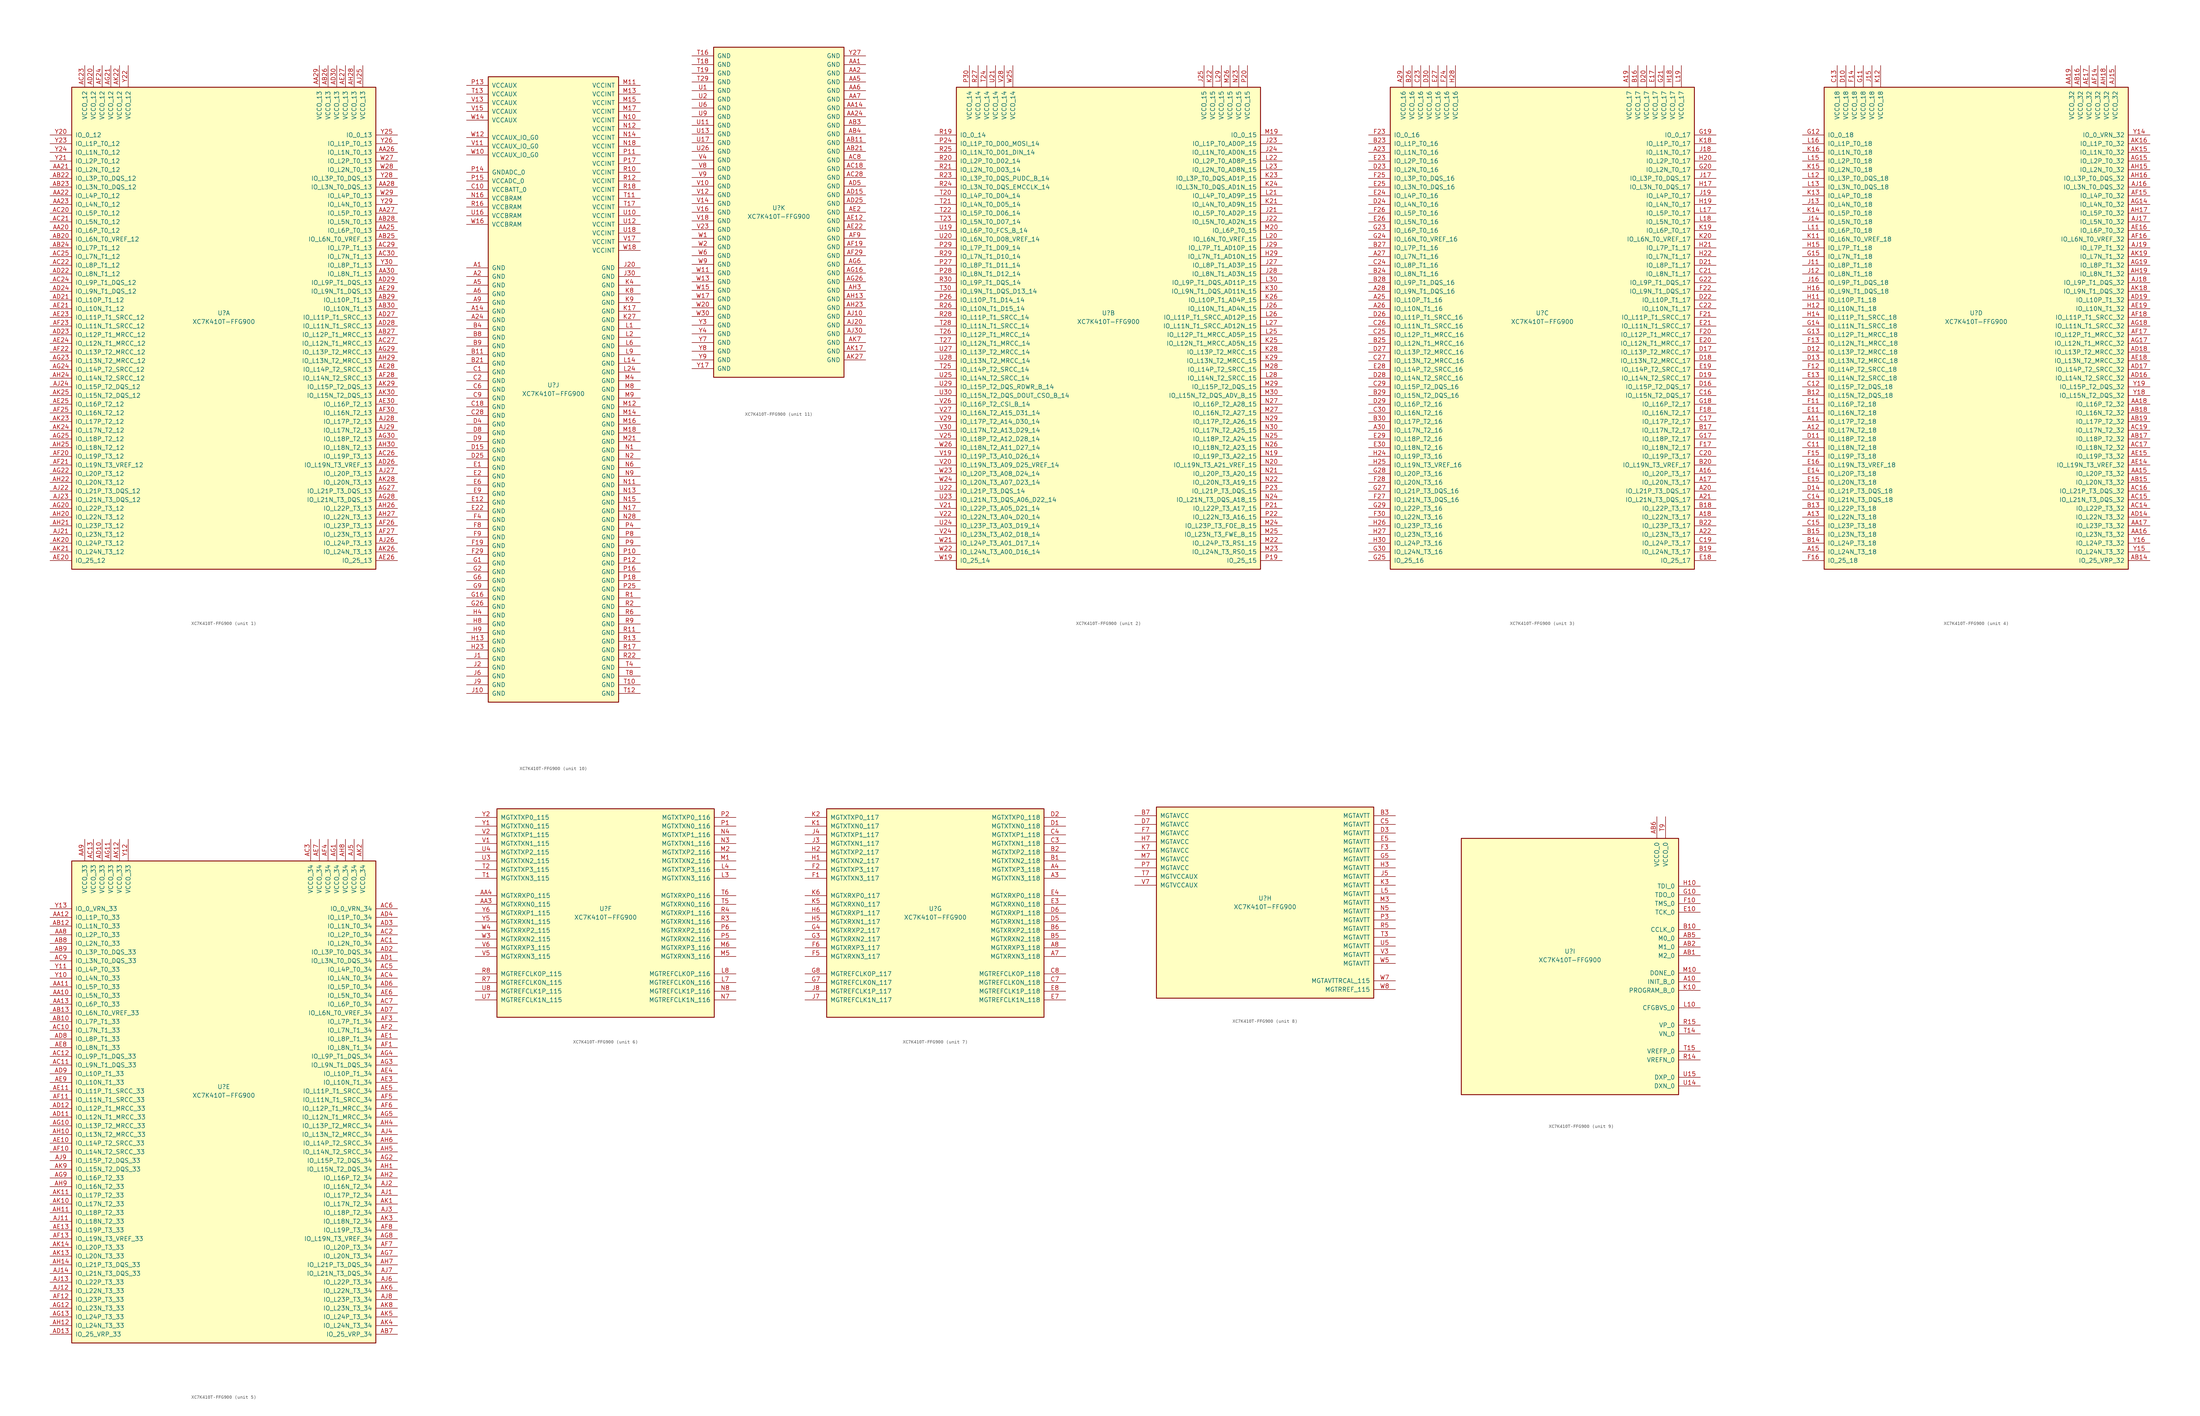
<source format=kicad_sym>
(kicad_symbol_lib
  (version 20220914)
  (generator kicad_symbol_editor)
  (symbol "XC7K410T-FFG900"
    (pin_names
      (offset 1.016))
    (property "Reference" "U"
      (at 0 1.27 0)
      (effects (font (size 1.27 1.27))))
    (property "Value" "XC7K410T-FFG900"
      (at 0 -1.27 0)
      (effects (font (size 1.27 1.27))))
    (property "Datasheet" ""
      (at 0 0 0)
      (effects (font (size 1.27 1.27))))
    (property "ki_locked" ""
      (at 0 0 0)
      (effects (font (size 1.27 1.27))))
    (symbol "XC7K410T-FFG900_1_1"
      (rectangle (start -44.45 67.31) (end 44.45 -73.66) (stroke (width 0.254) (type default)) (fill (type background)))
      (pin bidirectional line (at -50.8 25.4 0) (length 6.35) (name "IO_L6P_T0_12" (effects (font (size 1.27 1.27)))) (number "AA20" (effects (font (size 1.27 1.27)))))
      (pin bidirectional line (at -50.8 43.18 0) (length 6.35) (name "IO_L2N_T0_12" (effects (font (size 1.27 1.27)))) (number "AA21" (effects (font (size 1.27 1.27)))))
      (pin bidirectional line (at -50.8 35.56 0) (length 6.35) (name "IO_L4P_T0_12" (effects (font (size 1.27 1.27)))) (number "AA22" (effects (font (size 1.27 1.27)))))
      (pin bidirectional line (at -50.8 33.02 0) (length 6.35) (name "IO_L4N_T0_12" (effects (font (size 1.27 1.27)))) (number "AA23" (effects (font (size 1.27 1.27)))))
      (pin bidirectional line (at 50.8 25.4 180) (length 6.35) (name "IO_L6P_T0_13" (effects (font (size 1.27 1.27)))) (number "AA25" (effects (font (size 1.27 1.27)))))
      (pin bidirectional line (at 50.8 48.26 180) (length 6.35) (name "IO_L1N_T0_13" (effects (font (size 1.27 1.27)))) (number "AA26" (effects (font (size 1.27 1.27)))))
      (pin bidirectional line (at 50.8 30.48 180) (length 6.35) (name "IO_L5P_T0_13" (effects (font (size 1.27 1.27)))) (number "AA27" (effects (font (size 1.27 1.27)))))
      (pin bidirectional line (at 50.8 38.1 180) (length 6.35) (name "IO_L3N_T0_DQS_13" (effects (font (size 1.27 1.27)))) (number "AA28" (effects (font (size 1.27 1.27)))))
      (pin power_in line (at 27.94 73.66 270) (length 6.35) (name "VCCO_13" (effects (font (size 1.27 1.27)))) (number "AA29" (effects (font (size 1.27 1.27)))))
      (pin bidirectional line (at 50.8 12.7 180) (length 6.35) (name "IO_L8N_T1_13" (effects (font (size 1.27 1.27)))) (number "AA30" (effects (font (size 1.27 1.27)))))
      (pin bidirectional line (at -50.8 22.86 0) (length 6.35) (name "IO_L6N_T0_VREF_12" (effects (font (size 1.27 1.27)))) (number "AB20" (effects (font (size 1.27 1.27)))))
      (pin bidirectional line (at -50.8 40.64 0) (length 6.35) (name "IO_L3P_T0_DQS_12" (effects (font (size 1.27 1.27)))) (number "AB22" (effects (font (size 1.27 1.27)))))
      (pin bidirectional line (at -50.8 38.1 0) (length 6.35) (name "IO_L3N_T0_DQS_12" (effects (font (size 1.27 1.27)))) (number "AB23" (effects (font (size 1.27 1.27)))))
      (pin bidirectional line (at -50.8 20.32 0) (length 6.35) (name "IO_L7P_T1_12" (effects (font (size 1.27 1.27)))) (number "AB24" (effects (font (size 1.27 1.27)))))
      (pin bidirectional line (at 50.8 22.86 180) (length 6.35) (name "IO_L6N_T0_VREF_13" (effects (font (size 1.27 1.27)))) (number "AB25" (effects (font (size 1.27 1.27)))))
      (pin power_in line (at 30.48 73.66 270) (length 6.35) (name "VCCO_13" (effects (font (size 1.27 1.27)))) (number "AB26" (effects (font (size 1.27 1.27)))))
      (pin bidirectional line (at 50.8 -5.08 180) (length 6.35) (name "IO_L12P_T1_MRCC_13" (effects (font (size 1.27 1.27)))) (number "AB27" (effects (font (size 1.27 1.27)))))
      (pin bidirectional line (at 50.8 27.94 180) (length 6.35) (name "IO_L5N_T0_13" (effects (font (size 1.27 1.27)))) (number "AB28" (effects (font (size 1.27 1.27)))))
      (pin bidirectional line (at 50.8 5.08 180) (length 6.35) (name "IO_L10P_T1_13" (effects (font (size 1.27 1.27)))) (number "AB29" (effects (font (size 1.27 1.27)))))
      (pin bidirectional line (at 50.8 2.54 180) (length 6.35) (name "IO_L10N_T1_13" (effects (font (size 1.27 1.27)))) (number "AB30" (effects (font (size 1.27 1.27)))))
      (pin bidirectional line (at -50.8 30.48 0) (length 6.35) (name "IO_L5P_T0_12" (effects (font (size 1.27 1.27)))) (number "AC20" (effects (font (size 1.27 1.27)))))
      (pin bidirectional line (at -50.8 27.94 0) (length 6.35) (name "IO_L5N_T0_12" (effects (font (size 1.27 1.27)))) (number "AC21" (effects (font (size 1.27 1.27)))))
      (pin bidirectional line (at -50.8 15.24 0) (length 6.35) (name "IO_L8P_T1_12" (effects (font (size 1.27 1.27)))) (number "AC22" (effects (font (size 1.27 1.27)))))
      (pin power_in line (at -40.64 73.66 270) (length 6.35) (name "VCCO_12" (effects (font (size 1.27 1.27)))) (number "AC23" (effects (font (size 1.27 1.27)))))
      (pin bidirectional line (at -50.8 10.16 0) (length 6.35) (name "IO_L9P_T1_DQS_12" (effects (font (size 1.27 1.27)))) (number "AC24" (effects (font (size 1.27 1.27)))))
      (pin bidirectional line (at -50.8 17.78 0) (length 6.35) (name "IO_L7N_T1_12" (effects (font (size 1.27 1.27)))) (number "AC25" (effects (font (size 1.27 1.27)))))
      (pin bidirectional line (at 50.8 -40.64 180) (length 6.35) (name "IO_L19P_T3_13" (effects (font (size 1.27 1.27)))) (number "AC26" (effects (font (size 1.27 1.27)))))
      (pin bidirectional line (at 50.8 -7.62 180) (length 6.35) (name "IO_L12N_T1_MRCC_13" (effects (font (size 1.27 1.27)))) (number "AC27" (effects (font (size 1.27 1.27)))))
      (pin bidirectional line (at 50.8 20.32 180) (length 6.35) (name "IO_L7P_T1_13" (effects (font (size 1.27 1.27)))) (number "AC29" (effects (font (size 1.27 1.27)))))
      (pin bidirectional line (at 50.8 17.78 180) (length 6.35) (name "IO_L7N_T1_13" (effects (font (size 1.27 1.27)))) (number "AC30" (effects (font (size 1.27 1.27)))))
      (pin power_in line (at -38.1 73.66 270) (length 6.35) (name "VCCO_12" (effects (font (size 1.27 1.27)))) (number "AD20" (effects (font (size 1.27 1.27)))))
      (pin bidirectional line (at -50.8 5.08 0) (length 6.35) (name "IO_L10P_T1_12" (effects (font (size 1.27 1.27)))) (number "AD21" (effects (font (size 1.27 1.27)))))
      (pin bidirectional line (at -50.8 12.7 0) (length 6.35) (name "IO_L8N_T1_12" (effects (font (size 1.27 1.27)))) (number "AD22" (effects (font (size 1.27 1.27)))))
      (pin bidirectional line (at -50.8 -5.08 0) (length 6.35) (name "IO_L12P_T1_MRCC_12" (effects (font (size 1.27 1.27)))) (number "AD23" (effects (font (size 1.27 1.27)))))
      (pin bidirectional line (at -50.8 7.62 0) (length 6.35) (name "IO_L9N_T1_DQS_12" (effects (font (size 1.27 1.27)))) (number "AD24" (effects (font (size 1.27 1.27)))))
      (pin bidirectional line (at 50.8 -43.18 180) (length 6.35) (name "IO_L19N_T3_VREF_13" (effects (font (size 1.27 1.27)))) (number "AD26" (effects (font (size 1.27 1.27)))))
      (pin bidirectional line (at 50.8 0 180) (length 6.35) (name "IO_L11P_T1_SRCC_13" (effects (font (size 1.27 1.27)))) (number "AD27" (effects (font (size 1.27 1.27)))))
      (pin bidirectional line (at 50.8 -2.54 180) (length 6.35) (name "IO_L11N_T1_SRCC_13" (effects (font (size 1.27 1.27)))) (number "AD28" (effects (font (size 1.27 1.27)))))
      (pin bidirectional line (at 50.8 10.16 180) (length 6.35) (name "IO_L9P_T1_DQS_13" (effects (font (size 1.27 1.27)))) (number "AD29" (effects (font (size 1.27 1.27)))))
      (pin power_in line (at 33.02 73.66 270) (length 6.35) (name "VCCO_13" (effects (font (size 1.27 1.27)))) (number "AD30" (effects (font (size 1.27 1.27)))))
      (pin bidirectional line (at -50.8 -71.12 0) (length 6.35) (name "IO_25_12" (effects (font (size 1.27 1.27)))) (number "AE20" (effects (font (size 1.27 1.27)))))
      (pin bidirectional line (at -50.8 2.54 0) (length 6.35) (name "IO_L10N_T1_12" (effects (font (size 1.27 1.27)))) (number "AE21" (effects (font (size 1.27 1.27)))))
      (pin bidirectional line (at -50.8 0 0) (length 6.35) (name "IO_L11P_T1_SRCC_12" (effects (font (size 1.27 1.27)))) (number "AE23" (effects (font (size 1.27 1.27)))))
      (pin bidirectional line (at -50.8 -7.62 0) (length 6.35) (name "IO_L12N_T1_MRCC_12" (effects (font (size 1.27 1.27)))) (number "AE24" (effects (font (size 1.27 1.27)))))
      (pin bidirectional line (at -50.8 -25.4 0) (length 6.35) (name "IO_L16P_T2_12" (effects (font (size 1.27 1.27)))) (number "AE25" (effects (font (size 1.27 1.27)))))
      (pin bidirectional line (at 50.8 -71.12 180) (length 6.35) (name "IO_25_13" (effects (font (size 1.27 1.27)))) (number "AE26" (effects (font (size 1.27 1.27)))))
      (pin power_in line (at 35.56 73.66 270) (length 6.35) (name "VCCO_13" (effects (font (size 1.27 1.27)))) (number "AE27" (effects (font (size 1.27 1.27)))))
      (pin bidirectional line (at 50.8 -15.24 180) (length 6.35) (name "IO_L14P_T2_SRCC_13" (effects (font (size 1.27 1.27)))) (number "AE28" (effects (font (size 1.27 1.27)))))
      (pin bidirectional line (at 50.8 7.62 180) (length 6.35) (name "IO_L9N_T1_DQS_13" (effects (font (size 1.27 1.27)))) (number "AE29" (effects (font (size 1.27 1.27)))))
      (pin bidirectional line (at 50.8 -25.4 180) (length 6.35) (name "IO_L16P_T2_13" (effects (font (size 1.27 1.27)))) (number "AE30" (effects (font (size 1.27 1.27)))))
      (pin bidirectional line (at -50.8 -40.64 0) (length 6.35) (name "IO_L19P_T3_12" (effects (font (size 1.27 1.27)))) (number "AF20" (effects (font (size 1.27 1.27)))))
      (pin bidirectional line (at -50.8 -43.18 0) (length 6.35) (name "IO_L19N_T3_VREF_12" (effects (font (size 1.27 1.27)))) (number "AF21" (effects (font (size 1.27 1.27)))))
      (pin bidirectional line (at -50.8 -10.16 0) (length 6.35) (name "IO_L13P_T2_MRCC_12" (effects (font (size 1.27 1.27)))) (number "AF22" (effects (font (size 1.27 1.27)))))
      (pin bidirectional line (at -50.8 -2.54 0) (length 6.35) (name "IO_L11N_T1_SRCC_12" (effects (font (size 1.27 1.27)))) (number "AF23" (effects (font (size 1.27 1.27)))))
      (pin power_in line (at -35.56 73.66 270) (length 6.35) (name "VCCO_12" (effects (font (size 1.27 1.27)))) (number "AF24" (effects (font (size 1.27 1.27)))))
      (pin bidirectional line (at -50.8 -27.94 0) (length 6.35) (name "IO_L16N_T2_12" (effects (font (size 1.27 1.27)))) (number "AF25" (effects (font (size 1.27 1.27)))))
      (pin bidirectional line (at 50.8 -60.96 180) (length 6.35) (name "IO_L23P_T3_13" (effects (font (size 1.27 1.27)))) (number "AF26" (effects (font (size 1.27 1.27)))))
      (pin bidirectional line (at 50.8 -63.5 180) (length 6.35) (name "IO_L23N_T3_13" (effects (font (size 1.27 1.27)))) (number "AF27" (effects (font (size 1.27 1.27)))))
      (pin bidirectional line (at 50.8 -17.78 180) (length 6.35) (name "IO_L14N_T2_SRCC_13" (effects (font (size 1.27 1.27)))) (number "AF28" (effects (font (size 1.27 1.27)))))
      (pin bidirectional line (at 50.8 -27.94 180) (length 6.35) (name "IO_L16N_T2_13" (effects (font (size 1.27 1.27)))) (number "AF30" (effects (font (size 1.27 1.27)))))
      (pin bidirectional line (at -50.8 -55.88 0) (length 6.35) (name "IO_L22P_T3_12" (effects (font (size 1.27 1.27)))) (number "AG20" (effects (font (size 1.27 1.27)))))
      (pin power_in line (at -33.02 73.66 270) (length 6.35) (name "VCCO_12" (effects (font (size 1.27 1.27)))) (number "AG21" (effects (font (size 1.27 1.27)))))
      (pin bidirectional line (at -50.8 -45.72 0) (length 6.35) (name "IO_L20P_T3_12" (effects (font (size 1.27 1.27)))) (number "AG22" (effects (font (size 1.27 1.27)))))
      (pin bidirectional line (at -50.8 -12.7 0) (length 6.35) (name "IO_L13N_T2_MRCC_12" (effects (font (size 1.27 1.27)))) (number "AG23" (effects (font (size 1.27 1.27)))))
      (pin bidirectional line (at -50.8 -15.24 0) (length 6.35) (name "IO_L14P_T2_SRCC_12" (effects (font (size 1.27 1.27)))) (number "AG24" (effects (font (size 1.27 1.27)))))
      (pin bidirectional line (at -50.8 -35.56 0) (length 6.35) (name "IO_L18P_T2_12" (effects (font (size 1.27 1.27)))) (number "AG25" (effects (font (size 1.27 1.27)))))
      (pin bidirectional line (at 50.8 -50.8 180) (length 6.35) (name "IO_L21P_T3_DQS_13" (effects (font (size 1.27 1.27)))) (number "AG27" (effects (font (size 1.27 1.27)))))
      (pin bidirectional line (at 50.8 -53.34 180) (length 6.35) (name "IO_L21N_T3_DQS_13" (effects (font (size 1.27 1.27)))) (number "AG28" (effects (font (size 1.27 1.27)))))
      (pin bidirectional line (at 50.8 -10.16 180) (length 6.35) (name "IO_L13P_T2_MRCC_13" (effects (font (size 1.27 1.27)))) (number "AG29" (effects (font (size 1.27 1.27)))))
      (pin bidirectional line (at 50.8 -35.56 180) (length 6.35) (name "IO_L18P_T2_13" (effects (font (size 1.27 1.27)))) (number "AG30" (effects (font (size 1.27 1.27)))))
      (pin bidirectional line (at -50.8 -58.42 0) (length 6.35) (name "IO_L22N_T3_12" (effects (font (size 1.27 1.27)))) (number "AH20" (effects (font (size 1.27 1.27)))))
      (pin bidirectional line (at -50.8 -60.96 0) (length 6.35) (name "IO_L23P_T3_12" (effects (font (size 1.27 1.27)))) (number "AH21" (effects (font (size 1.27 1.27)))))
      (pin bidirectional line (at -50.8 -48.26 0) (length 6.35) (name "IO_L20N_T3_12" (effects (font (size 1.27 1.27)))) (number "AH22" (effects (font (size 1.27 1.27)))))
      (pin bidirectional line (at -50.8 -17.78 0) (length 6.35) (name "IO_L14N_T2_SRCC_12" (effects (font (size 1.27 1.27)))) (number "AH24" (effects (font (size 1.27 1.27)))))
      (pin bidirectional line (at -50.8 -38.1 0) (length 6.35) (name "IO_L18N_T2_12" (effects (font (size 1.27 1.27)))) (number "AH25" (effects (font (size 1.27 1.27)))))
      (pin bidirectional line (at 50.8 -55.88 180) (length 6.35) (name "IO_L22P_T3_13" (effects (font (size 1.27 1.27)))) (number "AH26" (effects (font (size 1.27 1.27)))))
      (pin bidirectional line (at 50.8 -58.42 180) (length 6.35) (name "IO_L22N_T3_13" (effects (font (size 1.27 1.27)))) (number "AH27" (effects (font (size 1.27 1.27)))))
      (pin power_in line (at 38.1 73.66 270) (length 6.35) (name "VCCO_13" (effects (font (size 1.27 1.27)))) (number "AH28" (effects (font (size 1.27 1.27)))))
      (pin bidirectional line (at 50.8 -12.7 180) (length 6.35) (name "IO_L13N_T2_MRCC_13" (effects (font (size 1.27 1.27)))) (number "AH29" (effects (font (size 1.27 1.27)))))
      (pin bidirectional line (at 50.8 -38.1 180) (length 6.35) (name "IO_L18N_T2_13" (effects (font (size 1.27 1.27)))) (number "AH30" (effects (font (size 1.27 1.27)))))
      (pin bidirectional line (at -50.8 -63.5 0) (length 6.35) (name "IO_L23N_T3_12" (effects (font (size 1.27 1.27)))) (number "AJ21" (effects (font (size 1.27 1.27)))))
      (pin bidirectional line (at -50.8 -50.8 0) (length 6.35) (name "IO_L21P_T3_DQS_12" (effects (font (size 1.27 1.27)))) (number "AJ22" (effects (font (size 1.27 1.27)))))
      (pin bidirectional line (at -50.8 -53.34 0) (length 6.35) (name "IO_L21N_T3_DQS_12" (effects (font (size 1.27 1.27)))) (number "AJ23" (effects (font (size 1.27 1.27)))))
      (pin bidirectional line (at -50.8 -20.32 0) (length 6.35) (name "IO_L15P_T2_DQS_12" (effects (font (size 1.27 1.27)))) (number "AJ24" (effects (font (size 1.27 1.27)))))
      (pin power_in line (at 40.64 73.66 270) (length 6.35) (name "VCCO_13" (effects (font (size 1.27 1.27)))) (number "AJ25" (effects (font (size 1.27 1.27)))))
      (pin bidirectional line (at 50.8 -66.04 180) (length 6.35) (name "IO_L24P_T3_13" (effects (font (size 1.27 1.27)))) (number "AJ26" (effects (font (size 1.27 1.27)))))
      (pin bidirectional line (at 50.8 -45.72 180) (length 6.35) (name "IO_L20P_T3_13" (effects (font (size 1.27 1.27)))) (number "AJ27" (effects (font (size 1.27 1.27)))))
      (pin bidirectional line (at 50.8 -30.48 180) (length 6.35) (name "IO_L17P_T2_13" (effects (font (size 1.27 1.27)))) (number "AJ28" (effects (font (size 1.27 1.27)))))
      (pin bidirectional line (at 50.8 -33.02 180) (length 6.35) (name "IO_L17N_T2_13" (effects (font (size 1.27 1.27)))) (number "AJ29" (effects (font (size 1.27 1.27)))))
      (pin bidirectional line (at -50.8 -66.04 0) (length 6.35) (name "IO_L24P_T3_12" (effects (font (size 1.27 1.27)))) (number "AK20" (effects (font (size 1.27 1.27)))))
      (pin bidirectional line (at -50.8 -68.58 0) (length 6.35) (name "IO_L24N_T3_12" (effects (font (size 1.27 1.27)))) (number "AK21" (effects (font (size 1.27 1.27)))))
      (pin power_in line (at -30.48 73.66 270) (length 6.35) (name "VCCO_12" (effects (font (size 1.27 1.27)))) (number "AK22" (effects (font (size 1.27 1.27)))))
      (pin bidirectional line (at -50.8 -30.48 0) (length 6.35) (name "IO_L17P_T2_12" (effects (font (size 1.27 1.27)))) (number "AK23" (effects (font (size 1.27 1.27)))))
      (pin bidirectional line (at -50.8 -33.02 0) (length 6.35) (name "IO_L17N_T2_12" (effects (font (size 1.27 1.27)))) (number "AK24" (effects (font (size 1.27 1.27)))))
      (pin bidirectional line (at -50.8 -22.86 0) (length 6.35) (name "IO_L15N_T2_DQS_12" (effects (font (size 1.27 1.27)))) (number "AK25" (effects (font (size 1.27 1.27)))))
      (pin bidirectional line (at 50.8 -68.58 180) (length 6.35) (name "IO_L24N_T3_13" (effects (font (size 1.27 1.27)))) (number "AK26" (effects (font (size 1.27 1.27)))))
      (pin bidirectional line (at 50.8 -48.26 180) (length 6.35) (name "IO_L20N_T3_13" (effects (font (size 1.27 1.27)))) (number "AK28" (effects (font (size 1.27 1.27)))))
      (pin bidirectional line (at 50.8 -20.32 180) (length 6.35) (name "IO_L15P_T2_DQS_13" (effects (font (size 1.27 1.27)))) (number "AK29" (effects (font (size 1.27 1.27)))))
      (pin bidirectional line (at 50.8 -22.86 180) (length 6.35) (name "IO_L15N_T2_DQS_13" (effects (font (size 1.27 1.27)))) (number "AK30" (effects (font (size 1.27 1.27)))))
      (pin bidirectional line (at 50.8 45.72 180) (length 6.35) (name "IO_L2P_T0_13" (effects (font (size 1.27 1.27)))) (number "W27" (effects (font (size 1.27 1.27)))))
      (pin bidirectional line (at 50.8 43.18 180) (length 6.35) (name "IO_L2N_T0_13" (effects (font (size 1.27 1.27)))) (number "W28" (effects (font (size 1.27 1.27)))))
      (pin bidirectional line (at 50.8 35.56 180) (length 6.35) (name "IO_L4P_T0_13" (effects (font (size 1.27 1.27)))) (number "W29" (effects (font (size 1.27 1.27)))))
      (pin bidirectional line (at -50.8 53.34 0) (length 6.35) (name "IO_0_12" (effects (font (size 1.27 1.27)))) (number "Y20" (effects (font (size 1.27 1.27)))))
      (pin bidirectional line (at -50.8 45.72 0) (length 6.35) (name "IO_L2P_T0_12" (effects (font (size 1.27 1.27)))) (number "Y21" (effects (font (size 1.27 1.27)))))
      (pin power_in line (at -27.94 73.66 270) (length 6.35) (name "VCCO_12" (effects (font (size 1.27 1.27)))) (number "Y22" (effects (font (size 1.27 1.27)))))
      (pin bidirectional line (at -50.8 50.8 0) (length 6.35) (name "IO_L1P_T0_12" (effects (font (size 1.27 1.27)))) (number "Y23" (effects (font (size 1.27 1.27)))))
      (pin bidirectional line (at -50.8 48.26 0) (length 6.35) (name "IO_L1N_T0_12" (effects (font (size 1.27 1.27)))) (number "Y24" (effects (font (size 1.27 1.27)))))
      (pin bidirectional line (at 50.8 53.34 180) (length 6.35) (name "IO_0_13" (effects (font (size 1.27 1.27)))) (number "Y25" (effects (font (size 1.27 1.27)))))
      (pin bidirectional line (at 50.8 50.8 180) (length 6.35) (name "IO_L1P_T0_13" (effects (font (size 1.27 1.27)))) (number "Y26" (effects (font (size 1.27 1.27)))))
      (pin bidirectional line (at 50.8 40.64 180) (length 6.35) (name "IO_L3P_T0_DQS_13" (effects (font (size 1.27 1.27)))) (number "Y28" (effects (font (size 1.27 1.27)))))
      (pin bidirectional line (at 50.8 33.02 180) (length 6.35) (name "IO_L4N_T0_13" (effects (font (size 1.27 1.27)))) (number "Y29" (effects (font (size 1.27 1.27)))))
      (pin bidirectional line (at 50.8 15.24 180) (length 6.35) (name "IO_L8P_T1_13" (effects (font (size 1.27 1.27)))) (number "Y30" (effects (font (size 1.27 1.27))))))
    (symbol "XC7K410T-FFG900_2_1"
      (rectangle (start -44.45 67.31) (end 44.45 -73.66) (stroke (width 0.254) (type default)) (fill (type background)))
      (pin bidirectional line (at 50.8 17.78 180) (length 6.35) (name "IO_L7N_T1_AD10N_15" (effects (font (size 1.27 1.27)))) (number "H29" (effects (font (size 1.27 1.27)))))
      (pin bidirectional line (at 50.8 30.48 180) (length 6.35) (name "IO_L5P_T0_AD2P_15" (effects (font (size 1.27 1.27)))) (number "J21" (effects (font (size 1.27 1.27)))))
      (pin bidirectional line (at 50.8 27.94 180) (length 6.35) (name "IO_L5N_T0_AD2N_15" (effects (font (size 1.27 1.27)))) (number "J22" (effects (font (size 1.27 1.27)))))
      (pin bidirectional line (at 50.8 50.8 180) (length 6.35) (name "IO_L1P_T0_AD0P_15" (effects (font (size 1.27 1.27)))) (number "J23" (effects (font (size 1.27 1.27)))))
      (pin bidirectional line (at 50.8 48.26 180) (length 6.35) (name "IO_L1N_T0_AD0N_15" (effects (font (size 1.27 1.27)))) (number "J24" (effects (font (size 1.27 1.27)))))
      (pin power_in line (at 27.94 73.66 270) (length 6.35) (name "VCCO_15" (effects (font (size 1.27 1.27)))) (number "J25" (effects (font (size 1.27 1.27)))))
      (pin bidirectional line (at 50.8 2.54 180) (length 6.35) (name "IO_L10N_T1_AD4N_15" (effects (font (size 1.27 1.27)))) (number "J26" (effects (font (size 1.27 1.27)))))
      (pin bidirectional line (at 50.8 15.24 180) (length 6.35) (name "IO_L8P_T1_AD3P_15" (effects (font (size 1.27 1.27)))) (number "J27" (effects (font (size 1.27 1.27)))))
      (pin bidirectional line (at 50.8 12.7 180) (length 6.35) (name "IO_L8N_T1_AD3N_15" (effects (font (size 1.27 1.27)))) (number "J28" (effects (font (size 1.27 1.27)))))
      (pin bidirectional line (at 50.8 20.32 180) (length 6.35) (name "IO_L7P_T1_AD10P_15" (effects (font (size 1.27 1.27)))) (number "J29" (effects (font (size 1.27 1.27)))))
      (pin bidirectional line (at 50.8 33.02 180) (length 6.35) (name "IO_L4N_T0_AD9N_15" (effects (font (size 1.27 1.27)))) (number "K21" (effects (font (size 1.27 1.27)))))
      (pin power_in line (at 30.48 73.66 270) (length 6.35) (name "VCCO_15" (effects (font (size 1.27 1.27)))) (number "K22" (effects (font (size 1.27 1.27)))))
      (pin bidirectional line (at 50.8 40.64 180) (length 6.35) (name "IO_L3P_T0_DQS_AD1P_15" (effects (font (size 1.27 1.27)))) (number "K23" (effects (font (size 1.27 1.27)))))
      (pin bidirectional line (at 50.8 38.1 180) (length 6.35) (name "IO_L3N_T0_DQS_AD1N_15" (effects (font (size 1.27 1.27)))) (number "K24" (effects (font (size 1.27 1.27)))))
      (pin bidirectional line (at 50.8 -7.62 180) (length 6.35) (name "IO_L12N_T1_MRCC_AD5N_15" (effects (font (size 1.27 1.27)))) (number "K25" (effects (font (size 1.27 1.27)))))
      (pin bidirectional line (at 50.8 5.08 180) (length 6.35) (name "IO_L10P_T1_AD4P_15" (effects (font (size 1.27 1.27)))) (number "K26" (effects (font (size 1.27 1.27)))))
      (pin bidirectional line (at 50.8 -10.16 180) (length 6.35) (name "IO_L13P_T2_MRCC_15" (effects (font (size 1.27 1.27)))) (number "K28" (effects (font (size 1.27 1.27)))))
      (pin bidirectional line (at 50.8 -12.7 180) (length 6.35) (name "IO_L13N_T2_MRCC_15" (effects (font (size 1.27 1.27)))) (number "K29" (effects (font (size 1.27 1.27)))))
      (pin bidirectional line (at 50.8 7.62 180) (length 6.35) (name "IO_L9N_T1_DQS_AD11N_15" (effects (font (size 1.27 1.27)))) (number "K30" (effects (font (size 1.27 1.27)))))
      (pin bidirectional line (at 50.8 22.86 180) (length 6.35) (name "IO_L6N_T0_VREF_15" (effects (font (size 1.27 1.27)))) (number "L20" (effects (font (size 1.27 1.27)))))
      (pin bidirectional line (at 50.8 35.56 180) (length 6.35) (name "IO_L4P_T0_AD9P_15" (effects (font (size 1.27 1.27)))) (number "L21" (effects (font (size 1.27 1.27)))))
      (pin bidirectional line (at 50.8 45.72 180) (length 6.35) (name "IO_L2P_T0_AD8P_15" (effects (font (size 1.27 1.27)))) (number "L22" (effects (font (size 1.27 1.27)))))
      (pin bidirectional line (at 50.8 43.18 180) (length 6.35) (name "IO_L2N_T0_AD8N_15" (effects (font (size 1.27 1.27)))) (number "L23" (effects (font (size 1.27 1.27)))))
      (pin bidirectional line (at 50.8 -5.08 180) (length 6.35) (name "IO_L12P_T1_MRCC_AD5P_15" (effects (font (size 1.27 1.27)))) (number "L25" (effects (font (size 1.27 1.27)))))
      (pin bidirectional line (at 50.8 0 180) (length 6.35) (name "IO_L11P_T1_SRCC_AD12P_15" (effects (font (size 1.27 1.27)))) (number "L26" (effects (font (size 1.27 1.27)))))
      (pin bidirectional line (at 50.8 -2.54 180) (length 6.35) (name "IO_L11N_T1_SRCC_AD12N_15" (effects (font (size 1.27 1.27)))) (number "L27" (effects (font (size 1.27 1.27)))))
      (pin bidirectional line (at 50.8 -17.78 180) (length 6.35) (name "IO_L14N_T2_SRCC_15" (effects (font (size 1.27 1.27)))) (number "L28" (effects (font (size 1.27 1.27)))))
      (pin power_in line (at 33.02 73.66 270) (length 6.35) (name "VCCO_15" (effects (font (size 1.27 1.27)))) (number "L29" (effects (font (size 1.27 1.27)))))
      (pin bidirectional line (at 50.8 10.16 180) (length 6.35) (name "IO_L9P_T1_DQS_AD11P_15" (effects (font (size 1.27 1.27)))) (number "L30" (effects (font (size 1.27 1.27)))))
      (pin bidirectional line (at 50.8 53.34 180) (length 6.35) (name "IO_0_15" (effects (font (size 1.27 1.27)))) (number "M19" (effects (font (size 1.27 1.27)))))
      (pin bidirectional line (at 50.8 25.4 180) (length 6.35) (name "IO_L6P_T0_15" (effects (font (size 1.27 1.27)))) (number "M20" (effects (font (size 1.27 1.27)))))
      (pin bidirectional line (at 50.8 -66.04 180) (length 6.35) (name "IO_L24P_T3_RS1_15" (effects (font (size 1.27 1.27)))) (number "M22" (effects (font (size 1.27 1.27)))))
      (pin bidirectional line (at 50.8 -68.58 180) (length 6.35) (name "IO_L24N_T3_RS0_15" (effects (font (size 1.27 1.27)))) (number "M23" (effects (font (size 1.27 1.27)))))
      (pin bidirectional line (at 50.8 -60.96 180) (length 6.35) (name "IO_L23P_T3_FOE_B_15" (effects (font (size 1.27 1.27)))) (number "M24" (effects (font (size 1.27 1.27)))))
      (pin bidirectional line (at 50.8 -63.5 180) (length 6.35) (name "IO_L23N_T3_FWE_B_15" (effects (font (size 1.27 1.27)))) (number "M25" (effects (font (size 1.27 1.27)))))
      (pin power_in line (at 35.56 73.66 270) (length 6.35) (name "VCCO_15" (effects (font (size 1.27 1.27)))) (number "M26" (effects (font (size 1.27 1.27)))))
      (pin bidirectional line (at 50.8 -27.94 180) (length 6.35) (name "IO_L16N_T2_A27_15" (effects (font (size 1.27 1.27)))) (number "M27" (effects (font (size 1.27 1.27)))))
      (pin bidirectional line (at 50.8 -15.24 180) (length 6.35) (name "IO_L14P_T2_SRCC_15" (effects (font (size 1.27 1.27)))) (number "M28" (effects (font (size 1.27 1.27)))))
      (pin bidirectional line (at 50.8 -20.32 180) (length 6.35) (name "IO_L15P_T2_DQS_15" (effects (font (size 1.27 1.27)))) (number "M29" (effects (font (size 1.27 1.27)))))
      (pin bidirectional line (at 50.8 -22.86 180) (length 6.35) (name "IO_L15N_T2_DQS_ADV_B_15" (effects (font (size 1.27 1.27)))) (number "M30" (effects (font (size 1.27 1.27)))))
      (pin bidirectional line (at 50.8 -40.64 180) (length 6.35) (name "IO_L19P_T3_A22_15" (effects (font (size 1.27 1.27)))) (number "N19" (effects (font (size 1.27 1.27)))))
      (pin bidirectional line (at 50.8 -43.18 180) (length 6.35) (name "IO_L19N_T3_A21_VREF_15" (effects (font (size 1.27 1.27)))) (number "N20" (effects (font (size 1.27 1.27)))))
      (pin bidirectional line (at 50.8 -45.72 180) (length 6.35) (name "IO_L20P_T3_A20_15" (effects (font (size 1.27 1.27)))) (number "N21" (effects (font (size 1.27 1.27)))))
      (pin bidirectional line (at 50.8 -48.26 180) (length 6.35) (name "IO_L20N_T3_A19_15" (effects (font (size 1.27 1.27)))) (number "N22" (effects (font (size 1.27 1.27)))))
      (pin power_in line (at 38.1 73.66 270) (length 6.35) (name "VCCO_15" (effects (font (size 1.27 1.27)))) (number "N23" (effects (font (size 1.27 1.27)))))
      (pin bidirectional line (at 50.8 -53.34 180) (length 6.35) (name "IO_L21N_T3_DQS_A18_15" (effects (font (size 1.27 1.27)))) (number "N24" (effects (font (size 1.27 1.27)))))
      (pin bidirectional line (at 50.8 -35.56 180) (length 6.35) (name "IO_L18P_T2_A24_15" (effects (font (size 1.27 1.27)))) (number "N25" (effects (font (size 1.27 1.27)))))
      (pin bidirectional line (at 50.8 -38.1 180) (length 6.35) (name "IO_L18N_T2_A23_15" (effects (font (size 1.27 1.27)))) (number "N26" (effects (font (size 1.27 1.27)))))
      (pin bidirectional line (at 50.8 -25.4 180) (length 6.35) (name "IO_L16P_T2_A28_15" (effects (font (size 1.27 1.27)))) (number "N27" (effects (font (size 1.27 1.27)))))
      (pin bidirectional line (at 50.8 -30.48 180) (length 6.35) (name "IO_L17P_T2_A26_15" (effects (font (size 1.27 1.27)))) (number "N29" (effects (font (size 1.27 1.27)))))
      (pin bidirectional line (at 50.8 -33.02 180) (length 6.35) (name "IO_L17N_T2_A25_15" (effects (font (size 1.27 1.27)))) (number "N30" (effects (font (size 1.27 1.27)))))
      (pin bidirectional line (at 50.8 -71.12 180) (length 6.35) (name "IO_25_15" (effects (font (size 1.27 1.27)))) (number "P19" (effects (font (size 1.27 1.27)))))
      (pin power_in line (at 40.64 73.66 270) (length 6.35) (name "VCCO_15" (effects (font (size 1.27 1.27)))) (number "P20" (effects (font (size 1.27 1.27)))))
      (pin bidirectional line (at 50.8 -55.88 180) (length 6.35) (name "IO_L22P_T3_A17_15" (effects (font (size 1.27 1.27)))) (number "P21" (effects (font (size 1.27 1.27)))))
      (pin bidirectional line (at 50.8 -58.42 180) (length 6.35) (name "IO_L22N_T3_A16_15" (effects (font (size 1.27 1.27)))) (number "P22" (effects (font (size 1.27 1.27)))))
      (pin bidirectional line (at 50.8 -50.8 180) (length 6.35) (name "IO_L21P_T3_DQS_15" (effects (font (size 1.27 1.27)))) (number "P23" (effects (font (size 1.27 1.27)))))
      (pin bidirectional line (at -50.8 50.8 0) (length 6.35) (name "IO_L1P_T0_D00_MOSI_14" (effects (font (size 1.27 1.27)))) (number "P24" (effects (font (size 1.27 1.27)))))
      (pin bidirectional line (at -50.8 5.08 0) (length 6.35) (name "IO_L10P_T1_D14_14" (effects (font (size 1.27 1.27)))) (number "P26" (effects (font (size 1.27 1.27)))))
      (pin bidirectional line (at -50.8 15.24 0) (length 6.35) (name "IO_L8P_T1_D11_14" (effects (font (size 1.27 1.27)))) (number "P27" (effects (font (size 1.27 1.27)))))
      (pin bidirectional line (at -50.8 12.7 0) (length 6.35) (name "IO_L8N_T1_D12_14" (effects (font (size 1.27 1.27)))) (number "P28" (effects (font (size 1.27 1.27)))))
      (pin bidirectional line (at -50.8 20.32 0) (length 6.35) (name "IO_L7P_T1_D09_14" (effects (font (size 1.27 1.27)))) (number "P29" (effects (font (size 1.27 1.27)))))
      (pin power_in line (at -40.64 73.66 270) (length 6.35) (name "VCCO_14" (effects (font (size 1.27 1.27)))) (number "P30" (effects (font (size 1.27 1.27)))))
      (pin bidirectional line (at -50.8 53.34 0) (length 6.35) (name "IO_0_14" (effects (font (size 1.27 1.27)))) (number "R19" (effects (font (size 1.27 1.27)))))
      (pin bidirectional line (at -50.8 45.72 0) (length 6.35) (name "IO_L2P_T0_D02_14" (effects (font (size 1.27 1.27)))) (number "R20" (effects (font (size 1.27 1.27)))))
      (pin bidirectional line (at -50.8 43.18 0) (length 6.35) (name "IO_L2N_T0_D03_14" (effects (font (size 1.27 1.27)))) (number "R21" (effects (font (size 1.27 1.27)))))
      (pin bidirectional line (at -50.8 40.64 0) (length 6.35) (name "IO_L3P_T0_DQS_PUDC_B_14" (effects (font (size 1.27 1.27)))) (number "R23" (effects (font (size 1.27 1.27)))))
      (pin bidirectional line (at -50.8 38.1 0) (length 6.35) (name "IO_L3N_T0_DQS_EMCCLK_14" (effects (font (size 1.27 1.27)))) (number "R24" (effects (font (size 1.27 1.27)))))
      (pin bidirectional line (at -50.8 48.26 0) (length 6.35) (name "IO_L1N_T0_D01_DIN_14" (effects (font (size 1.27 1.27)))) (number "R25" (effects (font (size 1.27 1.27)))))
      (pin bidirectional line (at -50.8 2.54 0) (length 6.35) (name "IO_L10N_T1_D15_14" (effects (font (size 1.27 1.27)))) (number "R26" (effects (font (size 1.27 1.27)))))
      (pin power_in line (at -38.1 73.66 270) (length 6.35) (name "VCCO_14" (effects (font (size 1.27 1.27)))) (number "R27" (effects (font (size 1.27 1.27)))))
      (pin bidirectional line (at -50.8 0 0) (length 6.35) (name "IO_L11P_T1_SRCC_14" (effects (font (size 1.27 1.27)))) (number "R28" (effects (font (size 1.27 1.27)))))
      (pin bidirectional line (at -50.8 17.78 0) (length 6.35) (name "IO_L7N_T1_D10_14" (effects (font (size 1.27 1.27)))) (number "R29" (effects (font (size 1.27 1.27)))))
      (pin bidirectional line (at -50.8 10.16 0) (length 6.35) (name "IO_L9P_T1_DQS_14" (effects (font (size 1.27 1.27)))) (number "R30" (effects (font (size 1.27 1.27)))))
      (pin bidirectional line (at -50.8 35.56 0) (length 6.35) (name "IO_L4P_T0_D04_14" (effects (font (size 1.27 1.27)))) (number "T20" (effects (font (size 1.27 1.27)))))
      (pin bidirectional line (at -50.8 33.02 0) (length 6.35) (name "IO_L4N_T0_D05_14" (effects (font (size 1.27 1.27)))) (number "T21" (effects (font (size 1.27 1.27)))))
      (pin bidirectional line (at -50.8 30.48 0) (length 6.35) (name "IO_L5P_T0_D06_14" (effects (font (size 1.27 1.27)))) (number "T22" (effects (font (size 1.27 1.27)))))
      (pin bidirectional line (at -50.8 27.94 0) (length 6.35) (name "IO_L5N_T0_D07_14" (effects (font (size 1.27 1.27)))) (number "T23" (effects (font (size 1.27 1.27)))))
      (pin power_in line (at -35.56 73.66 270) (length 6.35) (name "VCCO_14" (effects (font (size 1.27 1.27)))) (number "T24" (effects (font (size 1.27 1.27)))))
      (pin bidirectional line (at -50.8 -15.24 0) (length 6.35) (name "IO_L14P_T2_SRCC_14" (effects (font (size 1.27 1.27)))) (number "T25" (effects (font (size 1.27 1.27)))))
      (pin bidirectional line (at -50.8 -5.08 0) (length 6.35) (name "IO_L12P_T1_MRCC_14" (effects (font (size 1.27 1.27)))) (number "T26" (effects (font (size 1.27 1.27)))))
      (pin bidirectional line (at -50.8 -7.62 0) (length 6.35) (name "IO_L12N_T1_MRCC_14" (effects (font (size 1.27 1.27)))) (number "T27" (effects (font (size 1.27 1.27)))))
      (pin bidirectional line (at -50.8 -2.54 0) (length 6.35) (name "IO_L11N_T1_SRCC_14" (effects (font (size 1.27 1.27)))) (number "T28" (effects (font (size 1.27 1.27)))))
      (pin bidirectional line (at -50.8 7.62 0) (length 6.35) (name "IO_L9N_T1_DQS_D13_14" (effects (font (size 1.27 1.27)))) (number "T30" (effects (font (size 1.27 1.27)))))
      (pin bidirectional line (at -50.8 25.4 0) (length 6.35) (name "IO_L6P_T0_FCS_B_14" (effects (font (size 1.27 1.27)))) (number "U19" (effects (font (size 1.27 1.27)))))
      (pin bidirectional line (at -50.8 22.86 0) (length 6.35) (name "IO_L6N_T0_D08_VREF_14" (effects (font (size 1.27 1.27)))) (number "U20" (effects (font (size 1.27 1.27)))))
      (pin power_in line (at -33.02 73.66 270) (length 6.35) (name "VCCO_14" (effects (font (size 1.27 1.27)))) (number "U21" (effects (font (size 1.27 1.27)))))
      (pin bidirectional line (at -50.8 -50.8 0) (length 6.35) (name "IO_L21P_T3_DQS_14" (effects (font (size 1.27 1.27)))) (number "U22" (effects (font (size 1.27 1.27)))))
      (pin bidirectional line (at -50.8 -53.34 0) (length 6.35) (name "IO_L21N_T3_DQS_A06_D22_14" (effects (font (size 1.27 1.27)))) (number "U23" (effects (font (size 1.27 1.27)))))
      (pin bidirectional line (at -50.8 -60.96 0) (length 6.35) (name "IO_L23P_T3_A03_D19_14" (effects (font (size 1.27 1.27)))) (number "U24" (effects (font (size 1.27 1.27)))))
      (pin bidirectional line (at -50.8 -17.78 0) (length 6.35) (name "IO_L14N_T2_SRCC_14" (effects (font (size 1.27 1.27)))) (number "U25" (effects (font (size 1.27 1.27)))))
      (pin bidirectional line (at -50.8 -10.16 0) (length 6.35) (name "IO_L13P_T2_MRCC_14" (effects (font (size 1.27 1.27)))) (number "U27" (effects (font (size 1.27 1.27)))))
      (pin bidirectional line (at -50.8 -12.7 0) (length 6.35) (name "IO_L13N_T2_MRCC_14" (effects (font (size 1.27 1.27)))) (number "U28" (effects (font (size 1.27 1.27)))))
      (pin bidirectional line (at -50.8 -20.32 0) (length 6.35) (name "IO_L15P_T2_DQS_RDWR_B_14" (effects (font (size 1.27 1.27)))) (number "U29" (effects (font (size 1.27 1.27)))))
      (pin bidirectional line (at -50.8 -22.86 0) (length 6.35) (name "IO_L15N_T2_DQS_DOUT_CSO_B_14" (effects (font (size 1.27 1.27)))) (number "U30" (effects (font (size 1.27 1.27)))))
      (pin bidirectional line (at -50.8 -40.64 0) (length 6.35) (name "IO_L19P_T3_A10_D26_14" (effects (font (size 1.27 1.27)))) (number "V19" (effects (font (size 1.27 1.27)))))
      (pin bidirectional line (at -50.8 -43.18 0) (length 6.35) (name "IO_L19N_T3_A09_D25_VREF_14" (effects (font (size 1.27 1.27)))) (number "V20" (effects (font (size 1.27 1.27)))))
      (pin bidirectional line (at -50.8 -55.88 0) (length 6.35) (name "IO_L22P_T3_A05_D21_14" (effects (font (size 1.27 1.27)))) (number "V21" (effects (font (size 1.27 1.27)))))
      (pin bidirectional line (at -50.8 -58.42 0) (length 6.35) (name "IO_L22N_T3_A04_D20_14" (effects (font (size 1.27 1.27)))) (number "V22" (effects (font (size 1.27 1.27)))))
      (pin bidirectional line (at -50.8 -63.5 0) (length 6.35) (name "IO_L23N_T3_A02_D18_14" (effects (font (size 1.27 1.27)))) (number "V24" (effects (font (size 1.27 1.27)))))
      (pin bidirectional line (at -50.8 -35.56 0) (length 6.35) (name "IO_L18P_T2_A12_D28_14" (effects (font (size 1.27 1.27)))) (number "V25" (effects (font (size 1.27 1.27)))))
      (pin bidirectional line (at -50.8 -25.4 0) (length 6.35) (name "IO_L16P_T2_CSI_B_14" (effects (font (size 1.27 1.27)))) (number "V26" (effects (font (size 1.27 1.27)))))
      (pin bidirectional line (at -50.8 -27.94 0) (length 6.35) (name "IO_L16N_T2_A15_D31_14" (effects (font (size 1.27 1.27)))) (number "V27" (effects (font (size 1.27 1.27)))))
      (pin power_in line (at -30.48 73.66 270) (length 6.35) (name "VCCO_14" (effects (font (size 1.27 1.27)))) (number "V28" (effects (font (size 1.27 1.27)))))
      (pin bidirectional line (at -50.8 -30.48 0) (length 6.35) (name "IO_L17P_T2_A14_D30_14" (effects (font (size 1.27 1.27)))) (number "V29" (effects (font (size 1.27 1.27)))))
      (pin bidirectional line (at -50.8 -33.02 0) (length 6.35) (name "IO_L17N_T2_A13_D29_14" (effects (font (size 1.27 1.27)))) (number "V30" (effects (font (size 1.27 1.27)))))
      (pin bidirectional line (at -50.8 -71.12 0) (length 6.35) (name "IO_25_14" (effects (font (size 1.27 1.27)))) (number "W19" (effects (font (size 1.27 1.27)))))
      (pin bidirectional line (at -50.8 -66.04 0) (length 6.35) (name "IO_L24P_T3_A01_D17_14" (effects (font (size 1.27 1.27)))) (number "W21" (effects (font (size 1.27 1.27)))))
      (pin bidirectional line (at -50.8 -68.58 0) (length 6.35) (name "IO_L24N_T3_A00_D16_14" (effects (font (size 1.27 1.27)))) (number "W22" (effects (font (size 1.27 1.27)))))
      (pin bidirectional line (at -50.8 -45.72 0) (length 6.35) (name "IO_L20P_T3_A08_D24_14" (effects (font (size 1.27 1.27)))) (number "W23" (effects (font (size 1.27 1.27)))))
      (pin bidirectional line (at -50.8 -48.26 0) (length 6.35) (name "IO_L20N_T3_A07_D23_14" (effects (font (size 1.27 1.27)))) (number "W24" (effects (font (size 1.27 1.27)))))
      (pin power_in line (at -27.94 73.66 270) (length 6.35) (name "VCCO_14" (effects (font (size 1.27 1.27)))) (number "W25" (effects (font (size 1.27 1.27)))))
      (pin bidirectional line (at -50.8 -38.1 0) (length 6.35) (name "IO_L18N_T2_A11_D27_14" (effects (font (size 1.27 1.27)))) (number "W26" (effects (font (size 1.27 1.27))))))
    (symbol "XC7K410T-FFG900_3_1"
      (rectangle (start -44.45 67.31) (end 44.45 -73.66) (stroke (width 0.254) (type default)) (fill (type background)))
      (pin bidirectional line (at 50.8 -45.72 180) (length 6.35) (name "IO_L20P_T3_17" (effects (font (size 1.27 1.27)))) (number "A16" (effects (font (size 1.27 1.27)))))
      (pin bidirectional line (at 50.8 -48.26 180) (length 6.35) (name "IO_L20N_T3_17" (effects (font (size 1.27 1.27)))) (number "A17" (effects (font (size 1.27 1.27)))))
      (pin bidirectional line (at 50.8 -58.42 180) (length 6.35) (name "IO_L22N_T3_17" (effects (font (size 1.27 1.27)))) (number "A18" (effects (font (size 1.27 1.27)))))
      (pin power_in line (at 25.4 73.66 270) (length 6.35) (name "VCCO_17" (effects (font (size 1.27 1.27)))) (number "A19" (effects (font (size 1.27 1.27)))))
      (pin bidirectional line (at 50.8 -50.8 180) (length 6.35) (name "IO_L21P_T3_DQS_17" (effects (font (size 1.27 1.27)))) (number "A20" (effects (font (size 1.27 1.27)))))
      (pin bidirectional line (at 50.8 -53.34 180) (length 6.35) (name "IO_L21N_T3_DQS_17" (effects (font (size 1.27 1.27)))) (number "A21" (effects (font (size 1.27 1.27)))))
      (pin bidirectional line (at 50.8 -63.5 180) (length 6.35) (name "IO_L23N_T3_17" (effects (font (size 1.27 1.27)))) (number "A22" (effects (font (size 1.27 1.27)))))
      (pin bidirectional line (at -50.8 48.26 0) (length 6.35) (name "IO_L1N_T0_16" (effects (font (size 1.27 1.27)))) (number "A23" (effects (font (size 1.27 1.27)))))
      (pin bidirectional line (at -50.8 5.08 0) (length 6.35) (name "IO_L10P_T1_16" (effects (font (size 1.27 1.27)))) (number "A25" (effects (font (size 1.27 1.27)))))
      (pin bidirectional line (at -50.8 2.54 0) (length 6.35) (name "IO_L10N_T1_16" (effects (font (size 1.27 1.27)))) (number "A26" (effects (font (size 1.27 1.27)))))
      (pin bidirectional line (at -50.8 17.78 0) (length 6.35) (name "IO_L7N_T1_16" (effects (font (size 1.27 1.27)))) (number "A27" (effects (font (size 1.27 1.27)))))
      (pin bidirectional line (at -50.8 7.62 0) (length 6.35) (name "IO_L9N_T1_DQS_16" (effects (font (size 1.27 1.27)))) (number "A28" (effects (font (size 1.27 1.27)))))
      (pin power_in line (at -40.64 73.66 270) (length 6.35) (name "VCCO_16" (effects (font (size 1.27 1.27)))) (number "A29" (effects (font (size 1.27 1.27)))))
      (pin bidirectional line (at -50.8 -33.02 0) (length 6.35) (name "IO_L17N_T2_16" (effects (font (size 1.27 1.27)))) (number "A30" (effects (font (size 1.27 1.27)))))
      (pin power_in line (at 27.94 73.66 270) (length 6.35) (name "VCCO_17" (effects (font (size 1.27 1.27)))) (number "B16" (effects (font (size 1.27 1.27)))))
      (pin bidirectional line (at 50.8 -33.02 180) (length 6.35) (name "IO_L17N_T2_17" (effects (font (size 1.27 1.27)))) (number "B17" (effects (font (size 1.27 1.27)))))
      (pin bidirectional line (at 50.8 -55.88 180) (length 6.35) (name "IO_L22P_T3_17" (effects (font (size 1.27 1.27)))) (number "B18" (effects (font (size 1.27 1.27)))))
      (pin bidirectional line (at 50.8 -68.58 180) (length 6.35) (name "IO_L24N_T3_17" (effects (font (size 1.27 1.27)))) (number "B19" (effects (font (size 1.27 1.27)))))
      (pin bidirectional line (at 50.8 -43.18 180) (length 6.35) (name "IO_L19N_T3_VREF_17" (effects (font (size 1.27 1.27)))) (number "B20" (effects (font (size 1.27 1.27)))))
      (pin bidirectional line (at 50.8 -60.96 180) (length 6.35) (name "IO_L23P_T3_17" (effects (font (size 1.27 1.27)))) (number "B22" (effects (font (size 1.27 1.27)))))
      (pin bidirectional line (at -50.8 50.8 0) (length 6.35) (name "IO_L1P_T0_16" (effects (font (size 1.27 1.27)))) (number "B23" (effects (font (size 1.27 1.27)))))
      (pin bidirectional line (at -50.8 12.7 0) (length 6.35) (name "IO_L8N_T1_16" (effects (font (size 1.27 1.27)))) (number "B24" (effects (font (size 1.27 1.27)))))
      (pin bidirectional line (at -50.8 -7.62 0) (length 6.35) (name "IO_L12N_T1_MRCC_16" (effects (font (size 1.27 1.27)))) (number "B25" (effects (font (size 1.27 1.27)))))
      (pin power_in line (at -38.1 73.66 270) (length 6.35) (name "VCCO_16" (effects (font (size 1.27 1.27)))) (number "B26" (effects (font (size 1.27 1.27)))))
      (pin bidirectional line (at -50.8 20.32 0) (length 6.35) (name "IO_L7P_T1_16" (effects (font (size 1.27 1.27)))) (number "B27" (effects (font (size 1.27 1.27)))))
      (pin bidirectional line (at -50.8 10.16 0) (length 6.35) (name "IO_L9P_T1_DQS_16" (effects (font (size 1.27 1.27)))) (number "B28" (effects (font (size 1.27 1.27)))))
      (pin bidirectional line (at -50.8 -22.86 0) (length 6.35) (name "IO_L15N_T2_DQS_16" (effects (font (size 1.27 1.27)))) (number "B29" (effects (font (size 1.27 1.27)))))
      (pin bidirectional line (at -50.8 -30.48 0) (length 6.35) (name "IO_L17P_T2_16" (effects (font (size 1.27 1.27)))) (number "B30" (effects (font (size 1.27 1.27)))))
      (pin bidirectional line (at 50.8 -22.86 180) (length 6.35) (name "IO_L15N_T2_DQS_17" (effects (font (size 1.27 1.27)))) (number "C16" (effects (font (size 1.27 1.27)))))
      (pin bidirectional line (at 50.8 -30.48 180) (length 6.35) (name "IO_L17P_T2_17" (effects (font (size 1.27 1.27)))) (number "C17" (effects (font (size 1.27 1.27)))))
      (pin bidirectional line (at 50.8 -66.04 180) (length 6.35) (name "IO_L24P_T3_17" (effects (font (size 1.27 1.27)))) (number "C19" (effects (font (size 1.27 1.27)))))
      (pin bidirectional line (at 50.8 -40.64 180) (length 6.35) (name "IO_L19P_T3_17" (effects (font (size 1.27 1.27)))) (number "C20" (effects (font (size 1.27 1.27)))))
      (pin bidirectional line (at 50.8 12.7 180) (length 6.35) (name "IO_L8N_T1_17" (effects (font (size 1.27 1.27)))) (number "C21" (effects (font (size 1.27 1.27)))))
      (pin bidirectional line (at 50.8 2.54 180) (length 6.35) (name "IO_L10N_T1_17" (effects (font (size 1.27 1.27)))) (number "C22" (effects (font (size 1.27 1.27)))))
      (pin power_in line (at -35.56 73.66 270) (length 6.35) (name "VCCO_16" (effects (font (size 1.27 1.27)))) (number "C23" (effects (font (size 1.27 1.27)))))
      (pin bidirectional line (at -50.8 15.24 0) (length 6.35) (name "IO_L8P_T1_16" (effects (font (size 1.27 1.27)))) (number "C24" (effects (font (size 1.27 1.27)))))
      (pin bidirectional line (at -50.8 -5.08 0) (length 6.35) (name "IO_L12P_T1_MRCC_16" (effects (font (size 1.27 1.27)))) (number "C25" (effects (font (size 1.27 1.27)))))
      (pin bidirectional line (at -50.8 -2.54 0) (length 6.35) (name "IO_L11N_T1_SRCC_16" (effects (font (size 1.27 1.27)))) (number "C26" (effects (font (size 1.27 1.27)))))
      (pin bidirectional line (at -50.8 -12.7 0) (length 6.35) (name "IO_L13N_T2_MRCC_16" (effects (font (size 1.27 1.27)))) (number "C27" (effects (font (size 1.27 1.27)))))
      (pin bidirectional line (at -50.8 -20.32 0) (length 6.35) (name "IO_L15P_T2_DQS_16" (effects (font (size 1.27 1.27)))) (number "C29" (effects (font (size 1.27 1.27)))))
      (pin bidirectional line (at -50.8 -27.94 0) (length 6.35) (name "IO_L16N_T2_16" (effects (font (size 1.27 1.27)))) (number "C30" (effects (font (size 1.27 1.27)))))
      (pin bidirectional line (at 50.8 -20.32 180) (length 6.35) (name "IO_L15P_T2_DQS_17" (effects (font (size 1.27 1.27)))) (number "D16" (effects (font (size 1.27 1.27)))))
      (pin bidirectional line (at 50.8 -10.16 180) (length 6.35) (name "IO_L13P_T2_MRCC_17" (effects (font (size 1.27 1.27)))) (number "D17" (effects (font (size 1.27 1.27)))))
      (pin bidirectional line (at 50.8 -12.7 180) (length 6.35) (name "IO_L13N_T2_MRCC_17" (effects (font (size 1.27 1.27)))) (number "D18" (effects (font (size 1.27 1.27)))))
      (pin bidirectional line (at 50.8 -17.78 180) (length 6.35) (name "IO_L14N_T2_SRCC_17" (effects (font (size 1.27 1.27)))) (number "D19" (effects (font (size 1.27 1.27)))))
      (pin power_in line (at 30.48 73.66 270) (length 6.35) (name "VCCO_17" (effects (font (size 1.27 1.27)))) (number "D20" (effects (font (size 1.27 1.27)))))
      (pin bidirectional line (at 50.8 15.24 180) (length 6.35) (name "IO_L8P_T1_17" (effects (font (size 1.27 1.27)))) (number "D21" (effects (font (size 1.27 1.27)))))
      (pin bidirectional line (at 50.8 5.08 180) (length 6.35) (name "IO_L10P_T1_17" (effects (font (size 1.27 1.27)))) (number "D22" (effects (font (size 1.27 1.27)))))
      (pin bidirectional line (at -50.8 43.18 0) (length 6.35) (name "IO_L2N_T0_16" (effects (font (size 1.27 1.27)))) (number "D23" (effects (font (size 1.27 1.27)))))
      (pin bidirectional line (at -50.8 33.02 0) (length 6.35) (name "IO_L4N_T0_16" (effects (font (size 1.27 1.27)))) (number "D24" (effects (font (size 1.27 1.27)))))
      (pin bidirectional line (at -50.8 0 0) (length 6.35) (name "IO_L11P_T1_SRCC_16" (effects (font (size 1.27 1.27)))) (number "D26" (effects (font (size 1.27 1.27)))))
      (pin bidirectional line (at -50.8 -10.16 0) (length 6.35) (name "IO_L13P_T2_MRCC_16" (effects (font (size 1.27 1.27)))) (number "D27" (effects (font (size 1.27 1.27)))))
      (pin bidirectional line (at -50.8 -17.78 0) (length 6.35) (name "IO_L14N_T2_SRCC_16" (effects (font (size 1.27 1.27)))) (number "D28" (effects (font (size 1.27 1.27)))))
      (pin bidirectional line (at -50.8 -25.4 0) (length 6.35) (name "IO_L16P_T2_16" (effects (font (size 1.27 1.27)))) (number "D29" (effects (font (size 1.27 1.27)))))
      (pin power_in line (at -33.02 73.66 270) (length 6.35) (name "VCCO_16" (effects (font (size 1.27 1.27)))) (number "D30" (effects (font (size 1.27 1.27)))))
      (pin power_in line (at 33.02 73.66 270) (length 6.35) (name "VCCO_17" (effects (font (size 1.27 1.27)))) (number "E17" (effects (font (size 1.27 1.27)))))
      (pin bidirectional line (at 50.8 -71.12 180) (length 6.35) (name "IO_25_17" (effects (font (size 1.27 1.27)))) (number "E18" (effects (font (size 1.27 1.27)))))
      (pin bidirectional line (at 50.8 -15.24 180) (length 6.35) (name "IO_L14P_T2_SRCC_17" (effects (font (size 1.27 1.27)))) (number "E19" (effects (font (size 1.27 1.27)))))
      (pin bidirectional line (at 50.8 -7.62 180) (length 6.35) (name "IO_L12N_T1_MRCC_17" (effects (font (size 1.27 1.27)))) (number "E20" (effects (font (size 1.27 1.27)))))
      (pin bidirectional line (at 50.8 -2.54 180) (length 6.35) (name "IO_L11N_T1_SRCC_17" (effects (font (size 1.27 1.27)))) (number "E21" (effects (font (size 1.27 1.27)))))
      (pin bidirectional line (at -50.8 45.72 0) (length 6.35) (name "IO_L2P_T0_16" (effects (font (size 1.27 1.27)))) (number "E23" (effects (font (size 1.27 1.27)))))
      (pin bidirectional line (at -50.8 35.56 0) (length 6.35) (name "IO_L4P_T0_16" (effects (font (size 1.27 1.27)))) (number "E24" (effects (font (size 1.27 1.27)))))
      (pin bidirectional line (at -50.8 38.1 0) (length 6.35) (name "IO_L3N_T0_DQS_16" (effects (font (size 1.27 1.27)))) (number "E25" (effects (font (size 1.27 1.27)))))
      (pin bidirectional line (at -50.8 27.94 0) (length 6.35) (name "IO_L5N_T0_16" (effects (font (size 1.27 1.27)))) (number "E26" (effects (font (size 1.27 1.27)))))
      (pin power_in line (at -30.48 73.66 270) (length 6.35) (name "VCCO_16" (effects (font (size 1.27 1.27)))) (number "E27" (effects (font (size 1.27 1.27)))))
      (pin bidirectional line (at -50.8 -15.24 0) (length 6.35) (name "IO_L14P_T2_SRCC_16" (effects (font (size 1.27 1.27)))) (number "E28" (effects (font (size 1.27 1.27)))))
      (pin bidirectional line (at -50.8 -35.56 0) (length 6.35) (name "IO_L18P_T2_16" (effects (font (size 1.27 1.27)))) (number "E29" (effects (font (size 1.27 1.27)))))
      (pin bidirectional line (at -50.8 -38.1 0) (length 6.35) (name "IO_L18N_T2_16" (effects (font (size 1.27 1.27)))) (number "E30" (effects (font (size 1.27 1.27)))))
      (pin bidirectional line (at 50.8 -38.1 180) (length 6.35) (name "IO_L18N_T2_17" (effects (font (size 1.27 1.27)))) (number "F17" (effects (font (size 1.27 1.27)))))
      (pin bidirectional line (at 50.8 -27.94 180) (length 6.35) (name "IO_L16N_T2_17" (effects (font (size 1.27 1.27)))) (number "F18" (effects (font (size 1.27 1.27)))))
      (pin bidirectional line (at 50.8 -5.08 180) (length 6.35) (name "IO_L12P_T1_MRCC_17" (effects (font (size 1.27 1.27)))) (number "F20" (effects (font (size 1.27 1.27)))))
      (pin bidirectional line (at 50.8 0 180) (length 6.35) (name "IO_L11P_T1_SRCC_17" (effects (font (size 1.27 1.27)))) (number "F21" (effects (font (size 1.27 1.27)))))
      (pin bidirectional line (at 50.8 7.62 180) (length 6.35) (name "IO_L9N_T1_DQS_17" (effects (font (size 1.27 1.27)))) (number "F22" (effects (font (size 1.27 1.27)))))
      (pin bidirectional line (at -50.8 53.34 0) (length 6.35) (name "IO_0_16" (effects (font (size 1.27 1.27)))) (number "F23" (effects (font (size 1.27 1.27)))))
      (pin power_in line (at -27.94 73.66 270) (length 6.35) (name "VCCO_16" (effects (font (size 1.27 1.27)))) (number "F24" (effects (font (size 1.27 1.27)))))
      (pin bidirectional line (at -50.8 40.64 0) (length 6.35) (name "IO_L3P_T0_DQS_16" (effects (font (size 1.27 1.27)))) (number "F25" (effects (font (size 1.27 1.27)))))
      (pin bidirectional line (at -50.8 30.48 0) (length 6.35) (name "IO_L5P_T0_16" (effects (font (size 1.27 1.27)))) (number "F26" (effects (font (size 1.27 1.27)))))
      (pin bidirectional line (at -50.8 -53.34 0) (length 6.35) (name "IO_L21N_T3_DQS_16" (effects (font (size 1.27 1.27)))) (number "F27" (effects (font (size 1.27 1.27)))))
      (pin bidirectional line (at -50.8 -48.26 0) (length 6.35) (name "IO_L20N_T3_16" (effects (font (size 1.27 1.27)))) (number "F28" (effects (font (size 1.27 1.27)))))
      (pin bidirectional line (at -50.8 -58.42 0) (length 6.35) (name "IO_L22N_T3_16" (effects (font (size 1.27 1.27)))) (number "F30" (effects (font (size 1.27 1.27)))))
      (pin bidirectional line (at 50.8 -35.56 180) (length 6.35) (name "IO_L18P_T2_17" (effects (font (size 1.27 1.27)))) (number "G17" (effects (font (size 1.27 1.27)))))
      (pin bidirectional line (at 50.8 -25.4 180) (length 6.35) (name "IO_L16P_T2_17" (effects (font (size 1.27 1.27)))) (number "G18" (effects (font (size 1.27 1.27)))))
      (pin bidirectional line (at 50.8 53.34 180) (length 6.35) (name "IO_0_17" (effects (font (size 1.27 1.27)))) (number "G19" (effects (font (size 1.27 1.27)))))
      (pin bidirectional line (at 50.8 43.18 180) (length 6.35) (name "IO_L2N_T0_17" (effects (font (size 1.27 1.27)))) (number "G20" (effects (font (size 1.27 1.27)))))
      (pin power_in line (at 35.56 73.66 270) (length 6.35) (name "VCCO_17" (effects (font (size 1.27 1.27)))) (number "G21" (effects (font (size 1.27 1.27)))))
      (pin bidirectional line (at 50.8 10.16 180) (length 6.35) (name "IO_L9P_T1_DQS_17" (effects (font (size 1.27 1.27)))) (number "G22" (effects (font (size 1.27 1.27)))))
      (pin bidirectional line (at -50.8 25.4 0) (length 6.35) (name "IO_L6P_T0_16" (effects (font (size 1.27 1.27)))) (number "G23" (effects (font (size 1.27 1.27)))))
      (pin bidirectional line (at -50.8 22.86 0) (length 6.35) (name "IO_L6N_T0_VREF_16" (effects (font (size 1.27 1.27)))) (number "G24" (effects (font (size 1.27 1.27)))))
      (pin bidirectional line (at -50.8 -71.12 0) (length 6.35) (name "IO_25_16" (effects (font (size 1.27 1.27)))) (number "G25" (effects (font (size 1.27 1.27)))))
      (pin bidirectional line (at -50.8 -50.8 0) (length 6.35) (name "IO_L21P_T3_DQS_16" (effects (font (size 1.27 1.27)))) (number "G27" (effects (font (size 1.27 1.27)))))
      (pin bidirectional line (at -50.8 -45.72 0) (length 6.35) (name "IO_L20P_T3_16" (effects (font (size 1.27 1.27)))) (number "G28" (effects (font (size 1.27 1.27)))))
      (pin bidirectional line (at -50.8 -55.88 0) (length 6.35) (name "IO_L22P_T3_16" (effects (font (size 1.27 1.27)))) (number "G29" (effects (font (size 1.27 1.27)))))
      (pin bidirectional line (at -50.8 -68.58 0) (length 6.35) (name "IO_L24N_T3_16" (effects (font (size 1.27 1.27)))) (number "G30" (effects (font (size 1.27 1.27)))))
      (pin bidirectional line (at 50.8 38.1 180) (length 6.35) (name "IO_L3N_T0_DQS_17" (effects (font (size 1.27 1.27)))) (number "H17" (effects (font (size 1.27 1.27)))))
      (pin power_in line (at 38.1 73.66 270) (length 6.35) (name "VCCO_17" (effects (font (size 1.27 1.27)))) (number "H18" (effects (font (size 1.27 1.27)))))
      (pin bidirectional line (at 50.8 33.02 180) (length 6.35) (name "IO_L4N_T0_17" (effects (font (size 1.27 1.27)))) (number "H19" (effects (font (size 1.27 1.27)))))
      (pin bidirectional line (at 50.8 45.72 180) (length 6.35) (name "IO_L2P_T0_17" (effects (font (size 1.27 1.27)))) (number "H20" (effects (font (size 1.27 1.27)))))
      (pin bidirectional line (at 50.8 20.32 180) (length 6.35) (name "IO_L7P_T1_17" (effects (font (size 1.27 1.27)))) (number "H21" (effects (font (size 1.27 1.27)))))
      (pin bidirectional line (at 50.8 17.78 180) (length 6.35) (name "IO_L7N_T1_17" (effects (font (size 1.27 1.27)))) (number "H22" (effects (font (size 1.27 1.27)))))
      (pin bidirectional line (at -50.8 -40.64 0) (length 6.35) (name "IO_L19P_T3_16" (effects (font (size 1.27 1.27)))) (number "H24" (effects (font (size 1.27 1.27)))))
      (pin bidirectional line (at -50.8 -43.18 0) (length 6.35) (name "IO_L19N_T3_VREF_16" (effects (font (size 1.27 1.27)))) (number "H25" (effects (font (size 1.27 1.27)))))
      (pin bidirectional line (at -50.8 -60.96 0) (length 6.35) (name "IO_L23P_T3_16" (effects (font (size 1.27 1.27)))) (number "H26" (effects (font (size 1.27 1.27)))))
      (pin bidirectional line (at -50.8 -63.5 0) (length 6.35) (name "IO_L23N_T3_16" (effects (font (size 1.27 1.27)))) (number "H27" (effects (font (size 1.27 1.27)))))
      (pin power_in line (at -25.4 73.66 270) (length 6.35) (name "VCCO_16" (effects (font (size 1.27 1.27)))) (number "H28" (effects (font (size 1.27 1.27)))))
      (pin bidirectional line (at -50.8 -66.04 0) (length 6.35) (name "IO_L24P_T3_16" (effects (font (size 1.27 1.27)))) (number "H30" (effects (font (size 1.27 1.27)))))
      (pin bidirectional line (at 50.8 40.64 180) (length 6.35) (name "IO_L3P_T0_DQS_17" (effects (font (size 1.27 1.27)))) (number "J17" (effects (font (size 1.27 1.27)))))
      (pin bidirectional line (at 50.8 48.26 180) (length 6.35) (name "IO_L1N_T0_17" (effects (font (size 1.27 1.27)))) (number "J18" (effects (font (size 1.27 1.27)))))
      (pin bidirectional line (at 50.8 35.56 180) (length 6.35) (name "IO_L4P_T0_17" (effects (font (size 1.27 1.27)))) (number "J19" (effects (font (size 1.27 1.27)))))
      (pin bidirectional line (at 50.8 50.8 180) (length 6.35) (name "IO_L1P_T0_17" (effects (font (size 1.27 1.27)))) (number "K18" (effects (font (size 1.27 1.27)))))
      (pin bidirectional line (at 50.8 25.4 180) (length 6.35) (name "IO_L6P_T0_17" (effects (font (size 1.27 1.27)))) (number "K19" (effects (font (size 1.27 1.27)))))
      (pin bidirectional line (at 50.8 22.86 180) (length 6.35) (name "IO_L6N_T0_VREF_17" (effects (font (size 1.27 1.27)))) (number "K20" (effects (font (size 1.27 1.27)))))
      (pin bidirectional line (at 50.8 30.48 180) (length 6.35) (name "IO_L5P_T0_17" (effects (font (size 1.27 1.27)))) (number "L17" (effects (font (size 1.27 1.27)))))
      (pin bidirectional line (at 50.8 27.94 180) (length 6.35) (name "IO_L5N_T0_17" (effects (font (size 1.27 1.27)))) (number "L18" (effects (font (size 1.27 1.27)))))
      (pin power_in line (at 40.64 73.66 270) (length 6.35) (name "VCCO_17" (effects (font (size 1.27 1.27)))) (number "L19" (effects (font (size 1.27 1.27))))))
    (symbol "XC7K410T-FFG900_4_1"
      (rectangle (start -44.45 67.31) (end 44.45 -73.66) (stroke (width 0.254) (type default)) (fill (type background)))
      (pin bidirectional line (at -50.8 -30.48 0) (length 6.35) (name "IO_L17P_T2_18" (effects (font (size 1.27 1.27)))) (number "A11" (effects (font (size 1.27 1.27)))))
      (pin bidirectional line (at -50.8 -33.02 0) (length 6.35) (name "IO_L17N_T2_18" (effects (font (size 1.27 1.27)))) (number "A12" (effects (font (size 1.27 1.27)))))
      (pin bidirectional line (at -50.8 -58.42 0) (length 6.35) (name "IO_L22N_T3_18" (effects (font (size 1.27 1.27)))) (number "A13" (effects (font (size 1.27 1.27)))))
      (pin bidirectional line (at -50.8 -68.58 0) (length 6.35) (name "IO_L24N_T3_18" (effects (font (size 1.27 1.27)))) (number "A15" (effects (font (size 1.27 1.27)))))
      (pin bidirectional line (at 50.8 -45.72 180) (length 6.35) (name "IO_L20P_T3_32" (effects (font (size 1.27 1.27)))) (number "AA15" (effects (font (size 1.27 1.27)))))
      (pin bidirectional line (at 50.8 -63.5 180) (length 6.35) (name "IO_L23N_T3_32" (effects (font (size 1.27 1.27)))) (number "AA16" (effects (font (size 1.27 1.27)))))
      (pin bidirectional line (at 50.8 -60.96 180) (length 6.35) (name "IO_L23P_T3_32" (effects (font (size 1.27 1.27)))) (number "AA17" (effects (font (size 1.27 1.27)))))
      (pin bidirectional line (at 50.8 -25.4 180) (length 6.35) (name "IO_L16P_T2_32" (effects (font (size 1.27 1.27)))) (number "AA18" (effects (font (size 1.27 1.27)))))
      (pin power_in line (at 27.94 73.66 270) (length 6.35) (name "VCCO_32" (effects (font (size 1.27 1.27)))) (number "AA19" (effects (font (size 1.27 1.27)))))
      (pin bidirectional line (at 50.8 -71.12 180) (length 6.35) (name "IO_25_VRP_32" (effects (font (size 1.27 1.27)))) (number "AB14" (effects (font (size 1.27 1.27)))))
      (pin bidirectional line (at 50.8 -48.26 180) (length 6.35) (name "IO_L20N_T3_32" (effects (font (size 1.27 1.27)))) (number "AB15" (effects (font (size 1.27 1.27)))))
      (pin power_in line (at 30.48 73.66 270) (length 6.35) (name "VCCO_32" (effects (font (size 1.27 1.27)))) (number "AB16" (effects (font (size 1.27 1.27)))))
      (pin bidirectional line (at 50.8 -35.56 180) (length 6.35) (name "IO_L18P_T2_32" (effects (font (size 1.27 1.27)))) (number "AB17" (effects (font (size 1.27 1.27)))))
      (pin bidirectional line (at 50.8 -27.94 180) (length 6.35) (name "IO_L16N_T2_32" (effects (font (size 1.27 1.27)))) (number "AB18" (effects (font (size 1.27 1.27)))))
      (pin bidirectional line (at 50.8 -30.48 180) (length 6.35) (name "IO_L17P_T2_32" (effects (font (size 1.27 1.27)))) (number "AB19" (effects (font (size 1.27 1.27)))))
      (pin bidirectional line (at 50.8 -55.88 180) (length 6.35) (name "IO_L22P_T3_32" (effects (font (size 1.27 1.27)))) (number "AC14" (effects (font (size 1.27 1.27)))))
      (pin bidirectional line (at 50.8 -53.34 180) (length 6.35) (name "IO_L21N_T3_DQS_32" (effects (font (size 1.27 1.27)))) (number "AC15" (effects (font (size 1.27 1.27)))))
      (pin bidirectional line (at 50.8 -50.8 180) (length 6.35) (name "IO_L21P_T3_DQS_32" (effects (font (size 1.27 1.27)))) (number "AC16" (effects (font (size 1.27 1.27)))))
      (pin bidirectional line (at 50.8 -38.1 180) (length 6.35) (name "IO_L18N_T2_32" (effects (font (size 1.27 1.27)))) (number "AC17" (effects (font (size 1.27 1.27)))))
      (pin bidirectional line (at 50.8 -33.02 180) (length 6.35) (name "IO_L17N_T2_32" (effects (font (size 1.27 1.27)))) (number "AC19" (effects (font (size 1.27 1.27)))))
      (pin bidirectional line (at 50.8 -58.42 180) (length 6.35) (name "IO_L22N_T3_32" (effects (font (size 1.27 1.27)))) (number "AD14" (effects (font (size 1.27 1.27)))))
      (pin bidirectional line (at 50.8 -17.78 180) (length 6.35) (name "IO_L14N_T2_SRCC_32" (effects (font (size 1.27 1.27)))) (number "AD16" (effects (font (size 1.27 1.27)))))
      (pin bidirectional line (at 50.8 -15.24 180) (length 6.35) (name "IO_L14P_T2_SRCC_32" (effects (font (size 1.27 1.27)))) (number "AD17" (effects (font (size 1.27 1.27)))))
      (pin bidirectional line (at 50.8 -10.16 180) (length 6.35) (name "IO_L13P_T2_MRCC_32" (effects (font (size 1.27 1.27)))) (number "AD18" (effects (font (size 1.27 1.27)))))
      (pin bidirectional line (at 50.8 5.08 180) (length 6.35) (name "IO_L10P_T1_32" (effects (font (size 1.27 1.27)))) (number "AD19" (effects (font (size 1.27 1.27)))))
      (pin bidirectional line (at 50.8 -43.18 180) (length 6.35) (name "IO_L19N_T3_VREF_32" (effects (font (size 1.27 1.27)))) (number "AE14" (effects (font (size 1.27 1.27)))))
      (pin bidirectional line (at 50.8 -40.64 180) (length 6.35) (name "IO_L19P_T3_32" (effects (font (size 1.27 1.27)))) (number "AE15" (effects (font (size 1.27 1.27)))))
      (pin bidirectional line (at 50.8 25.4 180) (length 6.35) (name "IO_L6P_T0_32" (effects (font (size 1.27 1.27)))) (number "AE16" (effects (font (size 1.27 1.27)))))
      (pin power_in line (at 33.02 73.66 270) (length 6.35) (name "VCCO_32" (effects (font (size 1.27 1.27)))) (number "AE17" (effects (font (size 1.27 1.27)))))
      (pin bidirectional line (at 50.8 -12.7 180) (length 6.35) (name "IO_L13N_T2_MRCC_32" (effects (font (size 1.27 1.27)))) (number "AE18" (effects (font (size 1.27 1.27)))))
      (pin bidirectional line (at 50.8 2.54 180) (length 6.35) (name "IO_L10N_T1_32" (effects (font (size 1.27 1.27)))) (number "AE19" (effects (font (size 1.27 1.27)))))
      (pin power_in line (at 35.56 73.66 270) (length 6.35) (name "VCCO_32" (effects (font (size 1.27 1.27)))) (number "AF14" (effects (font (size 1.27 1.27)))))
      (pin bidirectional line (at 50.8 35.56 180) (length 6.35) (name "IO_L4P_T0_32" (effects (font (size 1.27 1.27)))) (number "AF15" (effects (font (size 1.27 1.27)))))
      (pin bidirectional line (at 50.8 22.86 180) (length 6.35) (name "IO_L6N_T0_VREF_32" (effects (font (size 1.27 1.27)))) (number "AF16" (effects (font (size 1.27 1.27)))))
      (pin bidirectional line (at 50.8 -5.08 180) (length 6.35) (name "IO_L12P_T1_MRCC_32" (effects (font (size 1.27 1.27)))) (number "AF17" (effects (font (size 1.27 1.27)))))
      (pin bidirectional line (at 50.8 0 180) (length 6.35) (name "IO_L11P_T1_SRCC_32" (effects (font (size 1.27 1.27)))) (number "AF18" (effects (font (size 1.27 1.27)))))
      (pin bidirectional line (at 50.8 33.02 180) (length 6.35) (name "IO_L4N_T0_32" (effects (font (size 1.27 1.27)))) (number "AG14" (effects (font (size 1.27 1.27)))))
      (pin bidirectional line (at 50.8 45.72 180) (length 6.35) (name "IO_L2P_T0_32" (effects (font (size 1.27 1.27)))) (number "AG15" (effects (font (size 1.27 1.27)))))
      (pin bidirectional line (at 50.8 -7.62 180) (length 6.35) (name "IO_L12N_T1_MRCC_32" (effects (font (size 1.27 1.27)))) (number "AG17" (effects (font (size 1.27 1.27)))))
      (pin bidirectional line (at 50.8 -2.54 180) (length 6.35) (name "IO_L11N_T1_SRCC_32" (effects (font (size 1.27 1.27)))) (number "AG18" (effects (font (size 1.27 1.27)))))
      (pin bidirectional line (at 50.8 15.24 180) (length 6.35) (name "IO_L8P_T1_32" (effects (font (size 1.27 1.27)))) (number "AG19" (effects (font (size 1.27 1.27)))))
      (pin bidirectional line (at 50.8 43.18 180) (length 6.35) (name "IO_L2N_T0_32" (effects (font (size 1.27 1.27)))) (number "AH15" (effects (font (size 1.27 1.27)))))
      (pin bidirectional line (at 50.8 40.64 180) (length 6.35) (name "IO_L3P_T0_DQS_32" (effects (font (size 1.27 1.27)))) (number "AH16" (effects (font (size 1.27 1.27)))))
      (pin bidirectional line (at 50.8 30.48 180) (length 6.35) (name "IO_L5P_T0_32" (effects (font (size 1.27 1.27)))) (number "AH17" (effects (font (size 1.27 1.27)))))
      (pin power_in line (at 38.1 73.66 270) (length 6.35) (name "VCCO_32" (effects (font (size 1.27 1.27)))) (number "AH18" (effects (font (size 1.27 1.27)))))
      (pin bidirectional line (at 50.8 12.7 180) (length 6.35) (name "IO_L8N_T1_32" (effects (font (size 1.27 1.27)))) (number "AH19" (effects (font (size 1.27 1.27)))))
      (pin power_in line (at 40.64 73.66 270) (length 6.35) (name "VCCO_32" (effects (font (size 1.27 1.27)))) (number "AJ15" (effects (font (size 1.27 1.27)))))
      (pin bidirectional line (at 50.8 38.1 180) (length 6.35) (name "IO_L3N_T0_DQS_32" (effects (font (size 1.27 1.27)))) (number "AJ16" (effects (font (size 1.27 1.27)))))
      (pin bidirectional line (at 50.8 27.94 180) (length 6.35) (name "IO_L5N_T0_32" (effects (font (size 1.27 1.27)))) (number "AJ17" (effects (font (size 1.27 1.27)))))
      (pin bidirectional line (at 50.8 10.16 180) (length 6.35) (name "IO_L9P_T1_DQS_32" (effects (font (size 1.27 1.27)))) (number "AJ18" (effects (font (size 1.27 1.27)))))
      (pin bidirectional line (at 50.8 20.32 180) (length 6.35) (name "IO_L7P_T1_32" (effects (font (size 1.27 1.27)))) (number "AJ19" (effects (font (size 1.27 1.27)))))
      (pin bidirectional line (at 50.8 48.26 180) (length 6.35) (name "IO_L1N_T0_32" (effects (font (size 1.27 1.27)))) (number "AK15" (effects (font (size 1.27 1.27)))))
      (pin bidirectional line (at 50.8 50.8 180) (length 6.35) (name "IO_L1P_T0_32" (effects (font (size 1.27 1.27)))) (number "AK16" (effects (font (size 1.27 1.27)))))
      (pin bidirectional line (at 50.8 7.62 180) (length 6.35) (name "IO_L9N_T1_DQS_32" (effects (font (size 1.27 1.27)))) (number "AK18" (effects (font (size 1.27 1.27)))))
      (pin bidirectional line (at 50.8 17.78 180) (length 6.35) (name "IO_L7N_T1_32" (effects (font (size 1.27 1.27)))) (number "AK19" (effects (font (size 1.27 1.27)))))
      (pin bidirectional line (at -50.8 -22.86 0) (length 6.35) (name "IO_L15N_T2_DQS_18" (effects (font (size 1.27 1.27)))) (number "B12" (effects (font (size 1.27 1.27)))))
      (pin bidirectional line (at -50.8 -55.88 0) (length 6.35) (name "IO_L22P_T3_18" (effects (font (size 1.27 1.27)))) (number "B13" (effects (font (size 1.27 1.27)))))
      (pin bidirectional line (at -50.8 -66.04 0) (length 6.35) (name "IO_L24P_T3_18" (effects (font (size 1.27 1.27)))) (number "B14" (effects (font (size 1.27 1.27)))))
      (pin bidirectional line (at -50.8 -63.5 0) (length 6.35) (name "IO_L23N_T3_18" (effects (font (size 1.27 1.27)))) (number "B15" (effects (font (size 1.27 1.27)))))
      (pin bidirectional line (at -50.8 -38.1 0) (length 6.35) (name "IO_L18N_T2_18" (effects (font (size 1.27 1.27)))) (number "C11" (effects (font (size 1.27 1.27)))))
      (pin bidirectional line (at -50.8 -20.32 0) (length 6.35) (name "IO_L15P_T2_DQS_18" (effects (font (size 1.27 1.27)))) (number "C12" (effects (font (size 1.27 1.27)))))
      (pin power_in line (at -40.64 73.66 270) (length 6.35) (name "VCCO_18" (effects (font (size 1.27 1.27)))) (number "C13" (effects (font (size 1.27 1.27)))))
      (pin bidirectional line (at -50.8 -53.34 0) (length 6.35) (name "IO_L21N_T3_DQS_18" (effects (font (size 1.27 1.27)))) (number "C14" (effects (font (size 1.27 1.27)))))
      (pin bidirectional line (at -50.8 -60.96 0) (length 6.35) (name "IO_L23P_T3_18" (effects (font (size 1.27 1.27)))) (number "C15" (effects (font (size 1.27 1.27)))))
      (pin power_in line (at -38.1 73.66 270) (length 6.35) (name "VCCO_18" (effects (font (size 1.27 1.27)))) (number "D10" (effects (font (size 1.27 1.27)))))
      (pin bidirectional line (at -50.8 -35.56 0) (length 6.35) (name "IO_L18P_T2_18" (effects (font (size 1.27 1.27)))) (number "D11" (effects (font (size 1.27 1.27)))))
      (pin bidirectional line (at -50.8 -10.16 0) (length 6.35) (name "IO_L13P_T2_MRCC_18" (effects (font (size 1.27 1.27)))) (number "D12" (effects (font (size 1.27 1.27)))))
      (pin bidirectional line (at -50.8 -12.7 0) (length 6.35) (name "IO_L13N_T2_MRCC_18" (effects (font (size 1.27 1.27)))) (number "D13" (effects (font (size 1.27 1.27)))))
      (pin bidirectional line (at -50.8 -50.8 0) (length 6.35) (name "IO_L21P_T3_DQS_18" (effects (font (size 1.27 1.27)))) (number "D14" (effects (font (size 1.27 1.27)))))
      (pin bidirectional line (at -50.8 -27.94 0) (length 6.35) (name "IO_L16N_T2_18" (effects (font (size 1.27 1.27)))) (number "E11" (effects (font (size 1.27 1.27)))))
      (pin bidirectional line (at -50.8 -17.78 0) (length 6.35) (name "IO_L14N_T2_SRCC_18" (effects (font (size 1.27 1.27)))) (number "E13" (effects (font (size 1.27 1.27)))))
      (pin bidirectional line (at -50.8 -45.72 0) (length 6.35) (name "IO_L20P_T3_18" (effects (font (size 1.27 1.27)))) (number "E14" (effects (font (size 1.27 1.27)))))
      (pin bidirectional line (at -50.8 -48.26 0) (length 6.35) (name "IO_L20N_T3_18" (effects (font (size 1.27 1.27)))) (number "E15" (effects (font (size 1.27 1.27)))))
      (pin bidirectional line (at -50.8 -43.18 0) (length 6.35) (name "IO_L19N_T3_VREF_18" (effects (font (size 1.27 1.27)))) (number "E16" (effects (font (size 1.27 1.27)))))
      (pin bidirectional line (at -50.8 -25.4 0) (length 6.35) (name "IO_L16P_T2_18" (effects (font (size 1.27 1.27)))) (number "F11" (effects (font (size 1.27 1.27)))))
      (pin bidirectional line (at -50.8 -15.24 0) (length 6.35) (name "IO_L14P_T2_SRCC_18" (effects (font (size 1.27 1.27)))) (number "F12" (effects (font (size 1.27 1.27)))))
      (pin bidirectional line (at -50.8 -7.62 0) (length 6.35) (name "IO_L12N_T1_MRCC_18" (effects (font (size 1.27 1.27)))) (number "F13" (effects (font (size 1.27 1.27)))))
      (pin power_in line (at -35.56 73.66 270) (length 6.35) (name "VCCO_18" (effects (font (size 1.27 1.27)))) (number "F14" (effects (font (size 1.27 1.27)))))
      (pin bidirectional line (at -50.8 -40.64 0) (length 6.35) (name "IO_L19P_T3_18" (effects (font (size 1.27 1.27)))) (number "F15" (effects (font (size 1.27 1.27)))))
      (pin bidirectional line (at -50.8 -71.12 0) (length 6.35) (name "IO_25_18" (effects (font (size 1.27 1.27)))) (number "F16" (effects (font (size 1.27 1.27)))))
      (pin power_in line (at -33.02 73.66 270) (length 6.35) (name "VCCO_18" (effects (font (size 1.27 1.27)))) (number "G11" (effects (font (size 1.27 1.27)))))
      (pin bidirectional line (at -50.8 53.34 0) (length 6.35) (name "IO_0_18" (effects (font (size 1.27 1.27)))) (number "G12" (effects (font (size 1.27 1.27)))))
      (pin bidirectional line (at -50.8 -5.08 0) (length 6.35) (name "IO_L12P_T1_MRCC_18" (effects (font (size 1.27 1.27)))) (number "G13" (effects (font (size 1.27 1.27)))))
      (pin bidirectional line (at -50.8 -2.54 0) (length 6.35) (name "IO_L11N_T1_SRCC_18" (effects (font (size 1.27 1.27)))) (number "G14" (effects (font (size 1.27 1.27)))))
      (pin bidirectional line (at -50.8 17.78 0) (length 6.35) (name "IO_L7N_T1_18" (effects (font (size 1.27 1.27)))) (number "G15" (effects (font (size 1.27 1.27)))))
      (pin bidirectional line (at -50.8 5.08 0) (length 6.35) (name "IO_L10P_T1_18" (effects (font (size 1.27 1.27)))) (number "H11" (effects (font (size 1.27 1.27)))))
      (pin bidirectional line (at -50.8 2.54 0) (length 6.35) (name "IO_L10N_T1_18" (effects (font (size 1.27 1.27)))) (number "H12" (effects (font (size 1.27 1.27)))))
      (pin bidirectional line (at -50.8 0 0) (length 6.35) (name "IO_L11P_T1_SRCC_18" (effects (font (size 1.27 1.27)))) (number "H14" (effects (font (size 1.27 1.27)))))
      (pin bidirectional line (at -50.8 20.32 0) (length 6.35) (name "IO_L7P_T1_18" (effects (font (size 1.27 1.27)))) (number "H15" (effects (font (size 1.27 1.27)))))
      (pin bidirectional line (at -50.8 7.62 0) (length 6.35) (name "IO_L9N_T1_DQS_18" (effects (font (size 1.27 1.27)))) (number "H16" (effects (font (size 1.27 1.27)))))
      (pin bidirectional line (at -50.8 15.24 0) (length 6.35) (name "IO_L8P_T1_18" (effects (font (size 1.27 1.27)))) (number "J11" (effects (font (size 1.27 1.27)))))
      (pin bidirectional line (at -50.8 12.7 0) (length 6.35) (name "IO_L8N_T1_18" (effects (font (size 1.27 1.27)))) (number "J12" (effects (font (size 1.27 1.27)))))
      (pin bidirectional line (at -50.8 33.02 0) (length 6.35) (name "IO_L4N_T0_18" (effects (font (size 1.27 1.27)))) (number "J13" (effects (font (size 1.27 1.27)))))
      (pin bidirectional line (at -50.8 27.94 0) (length 6.35) (name "IO_L5N_T0_18" (effects (font (size 1.27 1.27)))) (number "J14" (effects (font (size 1.27 1.27)))))
      (pin power_in line (at -30.48 73.66 270) (length 6.35) (name "VCCO_18" (effects (font (size 1.27 1.27)))) (number "J15" (effects (font (size 1.27 1.27)))))
      (pin bidirectional line (at -50.8 10.16 0) (length 6.35) (name "IO_L9P_T1_DQS_18" (effects (font (size 1.27 1.27)))) (number "J16" (effects (font (size 1.27 1.27)))))
      (pin bidirectional line (at -50.8 22.86 0) (length 6.35) (name "IO_L6N_T0_VREF_18" (effects (font (size 1.27 1.27)))) (number "K11" (effects (font (size 1.27 1.27)))))
      (pin power_in line (at -27.94 73.66 270) (length 6.35) (name "VCCO_18" (effects (font (size 1.27 1.27)))) (number "K12" (effects (font (size 1.27 1.27)))))
      (pin bidirectional line (at -50.8 35.56 0) (length 6.35) (name "IO_L4P_T0_18" (effects (font (size 1.27 1.27)))) (number "K13" (effects (font (size 1.27 1.27)))))
      (pin bidirectional line (at -50.8 30.48 0) (length 6.35) (name "IO_L5P_T0_18" (effects (font (size 1.27 1.27)))) (number "K14" (effects (font (size 1.27 1.27)))))
      (pin bidirectional line (at -50.8 43.18 0) (length 6.35) (name "IO_L2N_T0_18" (effects (font (size 1.27 1.27)))) (number "K15" (effects (font (size 1.27 1.27)))))
      (pin bidirectional line (at -50.8 48.26 0) (length 6.35) (name "IO_L1N_T0_18" (effects (font (size 1.27 1.27)))) (number "K16" (effects (font (size 1.27 1.27)))))
      (pin bidirectional line (at -50.8 25.4 0) (length 6.35) (name "IO_L6P_T0_18" (effects (font (size 1.27 1.27)))) (number "L11" (effects (font (size 1.27 1.27)))))
      (pin bidirectional line (at -50.8 40.64 0) (length 6.35) (name "IO_L3P_T0_DQS_18" (effects (font (size 1.27 1.27)))) (number "L12" (effects (font (size 1.27 1.27)))))
      (pin bidirectional line (at -50.8 38.1 0) (length 6.35) (name "IO_L3N_T0_DQS_18" (effects (font (size 1.27 1.27)))) (number "L13" (effects (font (size 1.27 1.27)))))
      (pin bidirectional line (at -50.8 45.72 0) (length 6.35) (name "IO_L2P_T0_18" (effects (font (size 1.27 1.27)))) (number "L15" (effects (font (size 1.27 1.27)))))
      (pin bidirectional line (at -50.8 50.8 0) (length 6.35) (name "IO_L1P_T0_18" (effects (font (size 1.27 1.27)))) (number "L16" (effects (font (size 1.27 1.27)))))
      (pin bidirectional line (at 50.8 53.34 180) (length 6.35) (name "IO_0_VRN_32" (effects (font (size 1.27 1.27)))) (number "Y14" (effects (font (size 1.27 1.27)))))
      (pin bidirectional line (at 50.8 -68.58 180) (length 6.35) (name "IO_L24N_T3_32" (effects (font (size 1.27 1.27)))) (number "Y15" (effects (font (size 1.27 1.27)))))
      (pin bidirectional line (at 50.8 -66.04 180) (length 6.35) (name "IO_L24P_T3_32" (effects (font (size 1.27 1.27)))) (number "Y16" (effects (font (size 1.27 1.27)))))
      (pin bidirectional line (at 50.8 -22.86 180) (length 6.35) (name "IO_L15N_T2_DQS_32" (effects (font (size 1.27 1.27)))) (number "Y18" (effects (font (size 1.27 1.27)))))
      (pin bidirectional line (at 50.8 -20.32 180) (length 6.35) (name "IO_L15P_T2_DQS_32" (effects (font (size 1.27 1.27)))) (number "Y19" (effects (font (size 1.27 1.27))))))
    (symbol "XC7K410T-FFG900_5_1"
      (rectangle (start -44.45 67.31) (end 44.45 -73.66) (stroke (width 0.254) (type default)) (fill (type background)))
      (pin bidirectional line (at -50.8 27.94 0) (length 6.35) (name "IO_L5N_T0_33" (effects (font (size 1.27 1.27)))) (number "AA10" (effects (font (size 1.27 1.27)))))
      (pin bidirectional line (at -50.8 30.48 0) (length 6.35) (name "IO_L5P_T0_33" (effects (font (size 1.27 1.27)))) (number "AA11" (effects (font (size 1.27 1.27)))))
      (pin bidirectional line (at -50.8 50.8 0) (length 6.35) (name "IO_L1P_T0_33" (effects (font (size 1.27 1.27)))) (number "AA12" (effects (font (size 1.27 1.27)))))
      (pin bidirectional line (at -50.8 25.4 0) (length 6.35) (name "IO_L6P_T0_33" (effects (font (size 1.27 1.27)))) (number "AA13" (effects (font (size 1.27 1.27)))))
      (pin bidirectional line (at -50.8 45.72 0) (length 6.35) (name "IO_L2P_T0_33" (effects (font (size 1.27 1.27)))) (number "AA8" (effects (font (size 1.27 1.27)))))
      (pin power_in line (at -40.64 73.66 270) (length 6.35) (name "VCCO_33" (effects (font (size 1.27 1.27)))) (number "AA9" (effects (font (size 1.27 1.27)))))
      (pin bidirectional line (at -50.8 20.32 0) (length 6.35) (name "IO_L7P_T1_33" (effects (font (size 1.27 1.27)))) (number "AB10" (effects (font (size 1.27 1.27)))))
      (pin bidirectional line (at -50.8 48.26 0) (length 6.35) (name "IO_L1N_T0_33" (effects (font (size 1.27 1.27)))) (number "AB12" (effects (font (size 1.27 1.27)))))
      (pin bidirectional line (at -50.8 22.86 0) (length 6.35) (name "IO_L6N_T0_VREF_33" (effects (font (size 1.27 1.27)))) (number "AB13" (effects (font (size 1.27 1.27)))))
      (pin bidirectional line (at 50.8 -71.12 180) (length 6.35) (name "IO_25_VRP_34" (effects (font (size 1.27 1.27)))) (number "AB7" (effects (font (size 1.27 1.27)))))
      (pin bidirectional line (at -50.8 43.18 0) (length 6.35) (name "IO_L2N_T0_33" (effects (font (size 1.27 1.27)))) (number "AB8" (effects (font (size 1.27 1.27)))))
      (pin bidirectional line (at -50.8 40.64 0) (length 6.35) (name "IO_L3P_T0_DQS_33" (effects (font (size 1.27 1.27)))) (number "AB9" (effects (font (size 1.27 1.27)))))
      (pin bidirectional line (at 50.8 43.18 180) (length 6.35) (name "IO_L2N_T0_34" (effects (font (size 1.27 1.27)))) (number "AC1" (effects (font (size 1.27 1.27)))))
      (pin bidirectional line (at -50.8 17.78 0) (length 6.35) (name "IO_L7N_T1_33" (effects (font (size 1.27 1.27)))) (number "AC10" (effects (font (size 1.27 1.27)))))
      (pin bidirectional line (at -50.8 7.62 0) (length 6.35) (name "IO_L9N_T1_DQS_33" (effects (font (size 1.27 1.27)))) (number "AC11" (effects (font (size 1.27 1.27)))))
      (pin bidirectional line (at -50.8 10.16 0) (length 6.35) (name "IO_L9P_T1_DQS_33" (effects (font (size 1.27 1.27)))) (number "AC12" (effects (font (size 1.27 1.27)))))
      (pin power_in line (at -38.1 73.66 270) (length 6.35) (name "VCCO_33" (effects (font (size 1.27 1.27)))) (number "AC13" (effects (font (size 1.27 1.27)))))
      (pin bidirectional line (at 50.8 45.72 180) (length 6.35) (name "IO_L2P_T0_34" (effects (font (size 1.27 1.27)))) (number "AC2" (effects (font (size 1.27 1.27)))))
      (pin power_in line (at 25.4 73.66 270) (length 6.35) (name "VCCO_34" (effects (font (size 1.27 1.27)))) (number "AC3" (effects (font (size 1.27 1.27)))))
      (pin bidirectional line (at 50.8 33.02 180) (length 6.35) (name "IO_L4N_T0_34" (effects (font (size 1.27 1.27)))) (number "AC4" (effects (font (size 1.27 1.27)))))
      (pin bidirectional line (at 50.8 35.56 180) (length 6.35) (name "IO_L4P_T0_34" (effects (font (size 1.27 1.27)))) (number "AC5" (effects (font (size 1.27 1.27)))))
      (pin bidirectional line (at 50.8 53.34 180) (length 6.35) (name "IO_0_VRN_34" (effects (font (size 1.27 1.27)))) (number "AC6" (effects (font (size 1.27 1.27)))))
      (pin bidirectional line (at 50.8 25.4 180) (length 6.35) (name "IO_L6P_T0_34" (effects (font (size 1.27 1.27)))) (number "AC7" (effects (font (size 1.27 1.27)))))
      (pin bidirectional line (at -50.8 38.1 0) (length 6.35) (name "IO_L3N_T0_DQS_33" (effects (font (size 1.27 1.27)))) (number "AC9" (effects (font (size 1.27 1.27)))))
      (pin bidirectional line (at 50.8 38.1 180) (length 6.35) (name "IO_L3N_T0_DQS_34" (effects (font (size 1.27 1.27)))) (number "AD1" (effects (font (size 1.27 1.27)))))
      (pin power_in line (at -35.56 73.66 270) (length 6.35) (name "VCCO_33" (effects (font (size 1.27 1.27)))) (number "AD10" (effects (font (size 1.27 1.27)))))
      (pin bidirectional line (at -50.8 -7.62 0) (length 6.35) (name "IO_L12N_T1_MRCC_33" (effects (font (size 1.27 1.27)))) (number "AD11" (effects (font (size 1.27 1.27)))))
      (pin bidirectional line (at -50.8 -5.08 0) (length 6.35) (name "IO_L12P_T1_MRCC_33" (effects (font (size 1.27 1.27)))) (number "AD12" (effects (font (size 1.27 1.27)))))
      (pin bidirectional line (at -50.8 -71.12 0) (length 6.35) (name "IO_25_VRP_33" (effects (font (size 1.27 1.27)))) (number "AD13" (effects (font (size 1.27 1.27)))))
      (pin bidirectional line (at 50.8 40.64 180) (length 6.35) (name "IO_L3P_T0_DQS_34" (effects (font (size 1.27 1.27)))) (number "AD2" (effects (font (size 1.27 1.27)))))
      (pin bidirectional line (at 50.8 48.26 180) (length 6.35) (name "IO_L1N_T0_34" (effects (font (size 1.27 1.27)))) (number "AD3" (effects (font (size 1.27 1.27)))))
      (pin bidirectional line (at 50.8 50.8 180) (length 6.35) (name "IO_L1P_T0_34" (effects (font (size 1.27 1.27)))) (number "AD4" (effects (font (size 1.27 1.27)))))
      (pin bidirectional line (at 50.8 30.48 180) (length 6.35) (name "IO_L5P_T0_34" (effects (font (size 1.27 1.27)))) (number "AD6" (effects (font (size 1.27 1.27)))))
      (pin bidirectional line (at 50.8 22.86 180) (length 6.35) (name "IO_L6N_T0_VREF_34" (effects (font (size 1.27 1.27)))) (number "AD7" (effects (font (size 1.27 1.27)))))
      (pin bidirectional line (at -50.8 15.24 0) (length 6.35) (name "IO_L8P_T1_33" (effects (font (size 1.27 1.27)))) (number "AD8" (effects (font (size 1.27 1.27)))))
      (pin bidirectional line (at -50.8 5.08 0) (length 6.35) (name "IO_L10P_T1_33" (effects (font (size 1.27 1.27)))) (number "AD9" (effects (font (size 1.27 1.27)))))
      (pin bidirectional line (at 50.8 15.24 180) (length 6.35) (name "IO_L8P_T1_34" (effects (font (size 1.27 1.27)))) (number "AE1" (effects (font (size 1.27 1.27)))))
      (pin bidirectional line (at -50.8 -15.24 0) (length 6.35) (name "IO_L14P_T2_SRCC_33" (effects (font (size 1.27 1.27)))) (number "AE10" (effects (font (size 1.27 1.27)))))
      (pin bidirectional line (at -50.8 0 0) (length 6.35) (name "IO_L11P_T1_SRCC_33" (effects (font (size 1.27 1.27)))) (number "AE11" (effects (font (size 1.27 1.27)))))
      (pin bidirectional line (at -50.8 -40.64 0) (length 6.35) (name "IO_L19P_T3_33" (effects (font (size 1.27 1.27)))) (number "AE13" (effects (font (size 1.27 1.27)))))
      (pin bidirectional line (at 50.8 2.54 180) (length 6.35) (name "IO_L10N_T1_34" (effects (font (size 1.27 1.27)))) (number "AE3" (effects (font (size 1.27 1.27)))))
      (pin bidirectional line (at 50.8 5.08 180) (length 6.35) (name "IO_L10P_T1_34" (effects (font (size 1.27 1.27)))) (number "AE4" (effects (font (size 1.27 1.27)))))
      (pin bidirectional line (at 50.8 0 180) (length 6.35) (name "IO_L11P_T1_SRCC_34" (effects (font (size 1.27 1.27)))) (number "AE5" (effects (font (size 1.27 1.27)))))
      (pin bidirectional line (at 50.8 27.94 180) (length 6.35) (name "IO_L5N_T0_34" (effects (font (size 1.27 1.27)))) (number "AE6" (effects (font (size 1.27 1.27)))))
      (pin power_in line (at 27.94 73.66 270) (length 6.35) (name "VCCO_34" (effects (font (size 1.27 1.27)))) (number "AE7" (effects (font (size 1.27 1.27)))))
      (pin bidirectional line (at -50.8 12.7 0) (length 6.35) (name "IO_L8N_T1_33" (effects (font (size 1.27 1.27)))) (number "AE8" (effects (font (size 1.27 1.27)))))
      (pin bidirectional line (at -50.8 2.54 0) (length 6.35) (name "IO_L10N_T1_33" (effects (font (size 1.27 1.27)))) (number "AE9" (effects (font (size 1.27 1.27)))))
      (pin bidirectional line (at 50.8 12.7 180) (length 6.35) (name "IO_L8N_T1_34" (effects (font (size 1.27 1.27)))) (number "AF1" (effects (font (size 1.27 1.27)))))
      (pin bidirectional line (at -50.8 -17.78 0) (length 6.35) (name "IO_L14N_T2_SRCC_33" (effects (font (size 1.27 1.27)))) (number "AF10" (effects (font (size 1.27 1.27)))))
      (pin bidirectional line (at -50.8 -2.54 0) (length 6.35) (name "IO_L11N_T1_SRCC_33" (effects (font (size 1.27 1.27)))) (number "AF11" (effects (font (size 1.27 1.27)))))
      (pin bidirectional line (at -50.8 -60.96 0) (length 6.35) (name "IO_L23P_T3_33" (effects (font (size 1.27 1.27)))) (number "AF12" (effects (font (size 1.27 1.27)))))
      (pin bidirectional line (at -50.8 -43.18 0) (length 6.35) (name "IO_L19N_T3_VREF_33" (effects (font (size 1.27 1.27)))) (number "AF13" (effects (font (size 1.27 1.27)))))
      (pin bidirectional line (at 50.8 17.78 180) (length 6.35) (name "IO_L7N_T1_34" (effects (font (size 1.27 1.27)))) (number "AF2" (effects (font (size 1.27 1.27)))))
      (pin bidirectional line (at 50.8 20.32 180) (length 6.35) (name "IO_L7P_T1_34" (effects (font (size 1.27 1.27)))) (number "AF3" (effects (font (size 1.27 1.27)))))
      (pin power_in line (at 30.48 73.66 270) (length 6.35) (name "VCCO_34" (effects (font (size 1.27 1.27)))) (number "AF4" (effects (font (size 1.27 1.27)))))
      (pin bidirectional line (at 50.8 -2.54 180) (length 6.35) (name "IO_L11N_T1_SRCC_34" (effects (font (size 1.27 1.27)))) (number "AF5" (effects (font (size 1.27 1.27)))))
      (pin bidirectional line (at 50.8 -5.08 180) (length 6.35) (name "IO_L12P_T1_MRCC_34" (effects (font (size 1.27 1.27)))) (number "AF6" (effects (font (size 1.27 1.27)))))
      (pin bidirectional line (at 50.8 -45.72 180) (length 6.35) (name "IO_L20P_T3_34" (effects (font (size 1.27 1.27)))) (number "AF7" (effects (font (size 1.27 1.27)))))
      (pin bidirectional line (at 50.8 -40.64 180) (length 6.35) (name "IO_L19P_T3_34" (effects (font (size 1.27 1.27)))) (number "AF8" (effects (font (size 1.27 1.27)))))
      (pin power_in line (at 33.02 73.66 270) (length 6.35) (name "VCCO_34" (effects (font (size 1.27 1.27)))) (number "AG1" (effects (font (size 1.27 1.27)))))
      (pin bidirectional line (at -50.8 -10.16 0) (length 6.35) (name "IO_L13P_T2_MRCC_33" (effects (font (size 1.27 1.27)))) (number "AG10" (effects (font (size 1.27 1.27)))))
      (pin power_in line (at -33.02 73.66 270) (length 6.35) (name "VCCO_33" (effects (font (size 1.27 1.27)))) (number "AG11" (effects (font (size 1.27 1.27)))))
      (pin bidirectional line (at -50.8 -63.5 0) (length 6.35) (name "IO_L23N_T3_33" (effects (font (size 1.27 1.27)))) (number "AG12" (effects (font (size 1.27 1.27)))))
      (pin bidirectional line (at -50.8 -66.04 0) (length 6.35) (name "IO_L24P_T3_33" (effects (font (size 1.27 1.27)))) (number "AG13" (effects (font (size 1.27 1.27)))))
      (pin bidirectional line (at 50.8 -20.32 180) (length 6.35) (name "IO_L15P_T2_DQS_34" (effects (font (size 1.27 1.27)))) (number "AG2" (effects (font (size 1.27 1.27)))))
      (pin bidirectional line (at 50.8 7.62 180) (length 6.35) (name "IO_L9N_T1_DQS_34" (effects (font (size 1.27 1.27)))) (number "AG3" (effects (font (size 1.27 1.27)))))
      (pin bidirectional line (at 50.8 10.16 180) (length 6.35) (name "IO_L9P_T1_DQS_34" (effects (font (size 1.27 1.27)))) (number "AG4" (effects (font (size 1.27 1.27)))))
      (pin bidirectional line (at 50.8 -7.62 180) (length 6.35) (name "IO_L12N_T1_MRCC_34" (effects (font (size 1.27 1.27)))) (number "AG5" (effects (font (size 1.27 1.27)))))
      (pin bidirectional line (at 50.8 -48.26 180) (length 6.35) (name "IO_L20N_T3_34" (effects (font (size 1.27 1.27)))) (number "AG7" (effects (font (size 1.27 1.27)))))
      (pin bidirectional line (at 50.8 -43.18 180) (length 6.35) (name "IO_L19N_T3_VREF_34" (effects (font (size 1.27 1.27)))) (number "AG8" (effects (font (size 1.27 1.27)))))
      (pin bidirectional line (at -50.8 -25.4 0) (length 6.35) (name "IO_L16P_T2_33" (effects (font (size 1.27 1.27)))) (number "AG9" (effects (font (size 1.27 1.27)))))
      (pin bidirectional line (at 50.8 -22.86 180) (length 6.35) (name "IO_L15N_T2_DQS_34" (effects (font (size 1.27 1.27)))) (number "AH1" (effects (font (size 1.27 1.27)))))
      (pin bidirectional line (at -50.8 -12.7 0) (length 6.35) (name "IO_L13N_T2_MRCC_33" (effects (font (size 1.27 1.27)))) (number "AH10" (effects (font (size 1.27 1.27)))))
      (pin bidirectional line (at -50.8 -35.56 0) (length 6.35) (name "IO_L18P_T2_33" (effects (font (size 1.27 1.27)))) (number "AH11" (effects (font (size 1.27 1.27)))))
      (pin bidirectional line (at -50.8 -68.58 0) (length 6.35) (name "IO_L24N_T3_33" (effects (font (size 1.27 1.27)))) (number "AH12" (effects (font (size 1.27 1.27)))))
      (pin bidirectional line (at -50.8 -50.8 0) (length 6.35) (name "IO_L21P_T3_DQS_33" (effects (font (size 1.27 1.27)))) (number "AH14" (effects (font (size 1.27 1.27)))))
      (pin bidirectional line (at 50.8 -25.4 180) (length 6.35) (name "IO_L16P_T2_34" (effects (font (size 1.27 1.27)))) (number "AH2" (effects (font (size 1.27 1.27)))))
      (pin bidirectional line (at 50.8 -10.16 180) (length 6.35) (name "IO_L13P_T2_MRCC_34" (effects (font (size 1.27 1.27)))) (number "AH4" (effects (font (size 1.27 1.27)))))
      (pin bidirectional line (at 50.8 -17.78 180) (length 6.35) (name "IO_L14N_T2_SRCC_34" (effects (font (size 1.27 1.27)))) (number "AH5" (effects (font (size 1.27 1.27)))))
      (pin bidirectional line (at 50.8 -15.24 180) (length 6.35) (name "IO_L14P_T2_SRCC_34" (effects (font (size 1.27 1.27)))) (number "AH6" (effects (font (size 1.27 1.27)))))
      (pin bidirectional line (at 50.8 -50.8 180) (length 6.35) (name "IO_L21P_T3_DQS_34" (effects (font (size 1.27 1.27)))) (number "AH7" (effects (font (size 1.27 1.27)))))
      (pin power_in line (at 35.56 73.66 270) (length 6.35) (name "VCCO_34" (effects (font (size 1.27 1.27)))) (number "AH8" (effects (font (size 1.27 1.27)))))
      (pin bidirectional line (at -50.8 -27.94 0) (length 6.35) (name "IO_L16N_T2_33" (effects (font (size 1.27 1.27)))) (number "AH9" (effects (font (size 1.27 1.27)))))
      (pin bidirectional line (at 50.8 -30.48 180) (length 6.35) (name "IO_L17P_T2_34" (effects (font (size 1.27 1.27)))) (number "AJ1" (effects (font (size 1.27 1.27)))))
      (pin bidirectional line (at -50.8 -38.1 0) (length 6.35) (name "IO_L18N_T2_33" (effects (font (size 1.27 1.27)))) (number "AJ11" (effects (font (size 1.27 1.27)))))
      (pin bidirectional line (at -50.8 -58.42 0) (length 6.35) (name "IO_L22N_T3_33" (effects (font (size 1.27 1.27)))) (number "AJ12" (effects (font (size 1.27 1.27)))))
      (pin bidirectional line (at -50.8 -55.88 0) (length 6.35) (name "IO_L22P_T3_33" (effects (font (size 1.27 1.27)))) (number "AJ13" (effects (font (size 1.27 1.27)))))
      (pin bidirectional line (at -50.8 -53.34 0) (length 6.35) (name "IO_L21N_T3_DQS_33" (effects (font (size 1.27 1.27)))) (number "AJ14" (effects (font (size 1.27 1.27)))))
      (pin bidirectional line (at 50.8 -27.94 180) (length 6.35) (name "IO_L16N_T2_34" (effects (font (size 1.27 1.27)))) (number "AJ2" (effects (font (size 1.27 1.27)))))
      (pin bidirectional line (at 50.8 -35.56 180) (length 6.35) (name "IO_L18P_T2_34" (effects (font (size 1.27 1.27)))) (number "AJ3" (effects (font (size 1.27 1.27)))))
      (pin bidirectional line (at 50.8 -12.7 180) (length 6.35) (name "IO_L13N_T2_MRCC_34" (effects (font (size 1.27 1.27)))) (number "AJ4" (effects (font (size 1.27 1.27)))))
      (pin power_in line (at 38.1 73.66 270) (length 6.35) (name "VCCO_34" (effects (font (size 1.27 1.27)))) (number "AJ5" (effects (font (size 1.27 1.27)))))
      (pin bidirectional line (at 50.8 -55.88 180) (length 6.35) (name "IO_L22P_T3_34" (effects (font (size 1.27 1.27)))) (number "AJ6" (effects (font (size 1.27 1.27)))))
      (pin bidirectional line (at 50.8 -53.34 180) (length 6.35) (name "IO_L21N_T3_DQS_34" (effects (font (size 1.27 1.27)))) (number "AJ7" (effects (font (size 1.27 1.27)))))
      (pin bidirectional line (at 50.8 -60.96 180) (length 6.35) (name "IO_L23P_T3_34" (effects (font (size 1.27 1.27)))) (number "AJ8" (effects (font (size 1.27 1.27)))))
      (pin bidirectional line (at -50.8 -20.32 0) (length 6.35) (name "IO_L15P_T2_DQS_33" (effects (font (size 1.27 1.27)))) (number "AJ9" (effects (font (size 1.27 1.27)))))
      (pin bidirectional line (at 50.8 -33.02 180) (length 6.35) (name "IO_L17N_T2_34" (effects (font (size 1.27 1.27)))) (number "AK1" (effects (font (size 1.27 1.27)))))
      (pin bidirectional line (at -50.8 -33.02 0) (length 6.35) (name "IO_L17N_T2_33" (effects (font (size 1.27 1.27)))) (number "AK10" (effects (font (size 1.27 1.27)))))
      (pin bidirectional line (at -50.8 -30.48 0) (length 6.35) (name "IO_L17P_T2_33" (effects (font (size 1.27 1.27)))) (number "AK11" (effects (font (size 1.27 1.27)))))
      (pin power_in line (at -30.48 73.66 270) (length 6.35) (name "VCCO_33" (effects (font (size 1.27 1.27)))) (number "AK12" (effects (font (size 1.27 1.27)))))
      (pin bidirectional line (at -50.8 -48.26 0) (length 6.35) (name "IO_L20N_T3_33" (effects (font (size 1.27 1.27)))) (number "AK13" (effects (font (size 1.27 1.27)))))
      (pin bidirectional line (at -50.8 -45.72 0) (length 6.35) (name "IO_L20P_T3_33" (effects (font (size 1.27 1.27)))) (number "AK14" (effects (font (size 1.27 1.27)))))
      (pin power_in line (at 40.64 73.66 270) (length 6.35) (name "VCCO_34" (effects (font (size 1.27 1.27)))) (number "AK2" (effects (font (size 1.27 1.27)))))
      (pin bidirectional line (at 50.8 -38.1 180) (length 6.35) (name "IO_L18N_T2_34" (effects (font (size 1.27 1.27)))) (number "AK3" (effects (font (size 1.27 1.27)))))
      (pin bidirectional line (at 50.8 -68.58 180) (length 6.35) (name "IO_L24N_T3_34" (effects (font (size 1.27 1.27)))) (number "AK4" (effects (font (size 1.27 1.27)))))
      (pin bidirectional line (at 50.8 -66.04 180) (length 6.35) (name "IO_L24P_T3_34" (effects (font (size 1.27 1.27)))) (number "AK5" (effects (font (size 1.27 1.27)))))
      (pin bidirectional line (at 50.8 -58.42 180) (length 6.35) (name "IO_L22N_T3_34" (effects (font (size 1.27 1.27)))) (number "AK6" (effects (font (size 1.27 1.27)))))
      (pin bidirectional line (at 50.8 -63.5 180) (length 6.35) (name "IO_L23N_T3_34" (effects (font (size 1.27 1.27)))) (number "AK8" (effects (font (size 1.27 1.27)))))
      (pin bidirectional line (at -50.8 -22.86 0) (length 6.35) (name "IO_L15N_T2_DQS_33" (effects (font (size 1.27 1.27)))) (number "AK9" (effects (font (size 1.27 1.27)))))
      (pin bidirectional line (at -50.8 33.02 0) (length 6.35) (name "IO_L4N_T0_33" (effects (font (size 1.27 1.27)))) (number "Y10" (effects (font (size 1.27 1.27)))))
      (pin bidirectional line (at -50.8 35.56 0) (length 6.35) (name "IO_L4P_T0_33" (effects (font (size 1.27 1.27)))) (number "Y11" (effects (font (size 1.27 1.27)))))
      (pin power_in line (at -27.94 73.66 270) (length 6.35) (name "VCCO_33" (effects (font (size 1.27 1.27)))) (number "Y12" (effects (font (size 1.27 1.27)))))
      (pin bidirectional line (at -50.8 53.34 0) (length 6.35) (name "IO_0_VRN_33" (effects (font (size 1.27 1.27)))) (number "Y13" (effects (font (size 1.27 1.27))))))
    (symbol "XC7K410T-FFG900_6_1"
      (rectangle (start -31.75 30.48) (end 31.75 -30.48) (stroke (width 0.254) (type default)) (fill (type background)))
      (pin bidirectional line (at -38.1 2.54 0) (length 6.35) (name "MGTXRXN0_115" (effects (font (size 1.27 1.27)))) (number "AA3" (effects (font (size 1.27 1.27)))))
      (pin bidirectional line (at -38.1 5.08 0) (length 6.35) (name "MGTXRXP0_115" (effects (font (size 1.27 1.27)))) (number "AA4" (effects (font (size 1.27 1.27)))))
      (pin bidirectional line (at 38.1 10.16 180) (length 6.35) (name "MGTXTXN3_116" (effects (font (size 1.27 1.27)))) (number "L3" (effects (font (size 1.27 1.27)))))
      (pin bidirectional line (at 38.1 12.7 180) (length 6.35) (name "MGTXTXP3_116" (effects (font (size 1.27 1.27)))) (number "L4" (effects (font (size 1.27 1.27)))))
      (pin bidirectional line (at 38.1 -20.32 180) (length 6.35) (name "MGTREFCLK0N_116" (effects (font (size 1.27 1.27)))) (number "L7" (effects (font (size 1.27 1.27)))))
      (pin bidirectional line (at 38.1 -17.78 180) (length 6.35) (name "MGTREFCLK0P_116" (effects (font (size 1.27 1.27)))) (number "L8" (effects (font (size 1.27 1.27)))))
      (pin bidirectional line (at 38.1 15.24 180) (length 6.35) (name "MGTXTXN2_116" (effects (font (size 1.27 1.27)))) (number "M1" (effects (font (size 1.27 1.27)))))
      (pin bidirectional line (at 38.1 17.78 180) (length 6.35) (name "MGTXTXP2_116" (effects (font (size 1.27 1.27)))) (number "M2" (effects (font (size 1.27 1.27)))))
      (pin bidirectional line (at 38.1 -12.7 180) (length 6.35) (name "MGTXRXN3_116" (effects (font (size 1.27 1.27)))) (number "M5" (effects (font (size 1.27 1.27)))))
      (pin bidirectional line (at 38.1 -10.16 180) (length 6.35) (name "MGTXRXP3_116" (effects (font (size 1.27 1.27)))) (number "M6" (effects (font (size 1.27 1.27)))))
      (pin bidirectional line (at 38.1 20.32 180) (length 6.35) (name "MGTXTXN1_116" (effects (font (size 1.27 1.27)))) (number "N3" (effects (font (size 1.27 1.27)))))
      (pin bidirectional line (at 38.1 22.86 180) (length 6.35) (name "MGTXTXP1_116" (effects (font (size 1.27 1.27)))) (number "N4" (effects (font (size 1.27 1.27)))))
      (pin bidirectional line (at 38.1 -25.4 180) (length 6.35) (name "MGTREFCLK1N_116" (effects (font (size 1.27 1.27)))) (number "N7" (effects (font (size 1.27 1.27)))))
      (pin bidirectional line (at 38.1 -22.86 180) (length 6.35) (name "MGTREFCLK1P_116" (effects (font (size 1.27 1.27)))) (number "N8" (effects (font (size 1.27 1.27)))))
      (pin bidirectional line (at 38.1 25.4 180) (length 6.35) (name "MGTXTXN0_116" (effects (font (size 1.27 1.27)))) (number "P1" (effects (font (size 1.27 1.27)))))
      (pin bidirectional line (at 38.1 27.94 180) (length 6.35) (name "MGTXTXP0_116" (effects (font (size 1.27 1.27)))) (number "P2" (effects (font (size 1.27 1.27)))))
      (pin bidirectional line (at 38.1 -7.62 180) (length 6.35) (name "MGTXRXN2_116" (effects (font (size 1.27 1.27)))) (number "P5" (effects (font (size 1.27 1.27)))))
      (pin bidirectional line (at 38.1 -5.08 180) (length 6.35) (name "MGTXRXP2_116" (effects (font (size 1.27 1.27)))) (number "P6" (effects (font (size 1.27 1.27)))))
      (pin bidirectional line (at 38.1 -2.54 180) (length 6.35) (name "MGTXRXN1_116" (effects (font (size 1.27 1.27)))) (number "R3" (effects (font (size 1.27 1.27)))))
      (pin bidirectional line (at 38.1 0 180) (length 6.35) (name "MGTXRXP1_116" (effects (font (size 1.27 1.27)))) (number "R4" (effects (font (size 1.27 1.27)))))
      (pin bidirectional line (at -38.1 -20.32 0) (length 6.35) (name "MGTREFCLK0N_115" (effects (font (size 1.27 1.27)))) (number "R7" (effects (font (size 1.27 1.27)))))
      (pin bidirectional line (at -38.1 -17.78 0) (length 6.35) (name "MGTREFCLK0P_115" (effects (font (size 1.27 1.27)))) (number "R8" (effects (font (size 1.27 1.27)))))
      (pin bidirectional line (at -38.1 10.16 0) (length 6.35) (name "MGTXTXN3_115" (effects (font (size 1.27 1.27)))) (number "T1" (effects (font (size 1.27 1.27)))))
      (pin bidirectional line (at -38.1 12.7 0) (length 6.35) (name "MGTXTXP3_115" (effects (font (size 1.27 1.27)))) (number "T2" (effects (font (size 1.27 1.27)))))
      (pin bidirectional line (at 38.1 2.54 180) (length 6.35) (name "MGTXRXN0_116" (effects (font (size 1.27 1.27)))) (number "T5" (effects (font (size 1.27 1.27)))))
      (pin bidirectional line (at 38.1 5.08 180) (length 6.35) (name "MGTXRXP0_116" (effects (font (size 1.27 1.27)))) (number "T6" (effects (font (size 1.27 1.27)))))
      (pin bidirectional line (at -38.1 15.24 0) (length 6.35) (name "MGTXTXN2_115" (effects (font (size 1.27 1.27)))) (number "U3" (effects (font (size 1.27 1.27)))))
      (pin bidirectional line (at -38.1 17.78 0) (length 6.35) (name "MGTXTXP2_115" (effects (font (size 1.27 1.27)))) (number "U4" (effects (font (size 1.27 1.27)))))
      (pin bidirectional line (at -38.1 -25.4 0) (length 6.35) (name "MGTREFCLK1N_115" (effects (font (size 1.27 1.27)))) (number "U7" (effects (font (size 1.27 1.27)))))
      (pin bidirectional line (at -38.1 -22.86 0) (length 6.35) (name "MGTREFCLK1P_115" (effects (font (size 1.27 1.27)))) (number "U8" (effects (font (size 1.27 1.27)))))
      (pin bidirectional line (at -38.1 20.32 0) (length 6.35) (name "MGTXTXN1_115" (effects (font (size 1.27 1.27)))) (number "V1" (effects (font (size 1.27 1.27)))))
      (pin bidirectional line (at -38.1 22.86 0) (length 6.35) (name "MGTXTXP1_115" (effects (font (size 1.27 1.27)))) (number "V2" (effects (font (size 1.27 1.27)))))
      (pin bidirectional line (at -38.1 -12.7 0) (length 6.35) (name "MGTXRXN3_115" (effects (font (size 1.27 1.27)))) (number "V5" (effects (font (size 1.27 1.27)))))
      (pin bidirectional line (at -38.1 -10.16 0) (length 6.35) (name "MGTXRXP3_115" (effects (font (size 1.27 1.27)))) (number "V6" (effects (font (size 1.27 1.27)))))
      (pin bidirectional line (at -38.1 -7.62 0) (length 6.35) (name "MGTXRXN2_115" (effects (font (size 1.27 1.27)))) (number "W3" (effects (font (size 1.27 1.27)))))
      (pin bidirectional line (at -38.1 -5.08 0) (length 6.35) (name "MGTXRXP2_115" (effects (font (size 1.27 1.27)))) (number "W4" (effects (font (size 1.27 1.27)))))
      (pin bidirectional line (at -38.1 25.4 0) (length 6.35) (name "MGTXTXN0_115" (effects (font (size 1.27 1.27)))) (number "Y1" (effects (font (size 1.27 1.27)))))
      (pin bidirectional line (at -38.1 27.94 0) (length 6.35) (name "MGTXTXP0_115" (effects (font (size 1.27 1.27)))) (number "Y2" (effects (font (size 1.27 1.27)))))
      (pin bidirectional line (at -38.1 -2.54 0) (length 6.35) (name "MGTXRXN1_115" (effects (font (size 1.27 1.27)))) (number "Y5" (effects (font (size 1.27 1.27)))))
      (pin bidirectional line (at -38.1 0 0) (length 6.35) (name "MGTXRXP1_115" (effects (font (size 1.27 1.27)))) (number "Y6" (effects (font (size 1.27 1.27))))))
    (symbol "XC7K410T-FFG900_7_1"
      (rectangle (start -31.75 30.48) (end 31.75 -30.48) (stroke (width 0.254) (type default)) (fill (type background)))
      (pin bidirectional line (at 38.1 10.16 180) (length 6.35) (name "MGTXTXN3_118" (effects (font (size 1.27 1.27)))) (number "A3" (effects (font (size 1.27 1.27)))))
      (pin bidirectional line (at 38.1 12.7 180) (length 6.35) (name "MGTXTXP3_118" (effects (font (size 1.27 1.27)))) (number "A4" (effects (font (size 1.27 1.27)))))
      (pin bidirectional line (at 38.1 -12.7 180) (length 6.35) (name "MGTXRXN3_118" (effects (font (size 1.27 1.27)))) (number "A7" (effects (font (size 1.27 1.27)))))
      (pin bidirectional line (at 38.1 -10.16 180) (length 6.35) (name "MGTXRXP3_118" (effects (font (size 1.27 1.27)))) (number "A8" (effects (font (size 1.27 1.27)))))
      (pin bidirectional line (at 38.1 15.24 180) (length 6.35) (name "MGTXTXN2_118" (effects (font (size 1.27 1.27)))) (number "B1" (effects (font (size 1.27 1.27)))))
      (pin bidirectional line (at 38.1 17.78 180) (length 6.35) (name "MGTXTXP2_118" (effects (font (size 1.27 1.27)))) (number "B2" (effects (font (size 1.27 1.27)))))
      (pin bidirectional line (at 38.1 -7.62 180) (length 6.35) (name "MGTXRXN2_118" (effects (font (size 1.27 1.27)))) (number "B5" (effects (font (size 1.27 1.27)))))
      (pin bidirectional line (at 38.1 -5.08 180) (length 6.35) (name "MGTXRXP2_118" (effects (font (size 1.27 1.27)))) (number "B6" (effects (font (size 1.27 1.27)))))
      (pin bidirectional line (at 38.1 20.32 180) (length 6.35) (name "MGTXTXN1_118" (effects (font (size 1.27 1.27)))) (number "C3" (effects (font (size 1.27 1.27)))))
      (pin bidirectional line (at 38.1 22.86 180) (length 6.35) (name "MGTXTXP1_118" (effects (font (size 1.27 1.27)))) (number "C4" (effects (font (size 1.27 1.27)))))
      (pin bidirectional line (at 38.1 -20.32 180) (length 6.35) (name "MGTREFCLK0N_118" (effects (font (size 1.27 1.27)))) (number "C7" (effects (font (size 1.27 1.27)))))
      (pin bidirectional line (at 38.1 -17.78 180) (length 6.35) (name "MGTREFCLK0P_118" (effects (font (size 1.27 1.27)))) (number "C8" (effects (font (size 1.27 1.27)))))
      (pin bidirectional line (at 38.1 25.4 180) (length 6.35) (name "MGTXTXN0_118" (effects (font (size 1.27 1.27)))) (number "D1" (effects (font (size 1.27 1.27)))))
      (pin bidirectional line (at 38.1 27.94 180) (length 6.35) (name "MGTXTXP0_118" (effects (font (size 1.27 1.27)))) (number "D2" (effects (font (size 1.27 1.27)))))
      (pin bidirectional line (at 38.1 -2.54 180) (length 6.35) (name "MGTXRXN1_118" (effects (font (size 1.27 1.27)))) (number "D5" (effects (font (size 1.27 1.27)))))
      (pin bidirectional line (at 38.1 0 180) (length 6.35) (name "MGTXRXP1_118" (effects (font (size 1.27 1.27)))) (number "D6" (effects (font (size 1.27 1.27)))))
      (pin bidirectional line (at 38.1 2.54 180) (length 6.35) (name "MGTXRXN0_118" (effects (font (size 1.27 1.27)))) (number "E3" (effects (font (size 1.27 1.27)))))
      (pin bidirectional line (at 38.1 5.08 180) (length 6.35) (name "MGTXRXP0_118" (effects (font (size 1.27 1.27)))) (number "E4" (effects (font (size 1.27 1.27)))))
      (pin bidirectional line (at 38.1 -25.4 180) (length 6.35) (name "MGTREFCLK1N_118" (effects (font (size 1.27 1.27)))) (number "E7" (effects (font (size 1.27 1.27)))))
      (pin bidirectional line (at 38.1 -22.86 180) (length 6.35) (name "MGTREFCLK1P_118" (effects (font (size 1.27 1.27)))) (number "E8" (effects (font (size 1.27 1.27)))))
      (pin bidirectional line (at -38.1 10.16 0) (length 6.35) (name "MGTXTXN3_117" (effects (font (size 1.27 1.27)))) (number "F1" (effects (font (size 1.27 1.27)))))
      (pin bidirectional line (at -38.1 12.7 0) (length 6.35) (name "MGTXTXP3_117" (effects (font (size 1.27 1.27)))) (number "F2" (effects (font (size 1.27 1.27)))))
      (pin bidirectional line (at -38.1 -12.7 0) (length 6.35) (name "MGTXRXN3_117" (effects (font (size 1.27 1.27)))) (number "F5" (effects (font (size 1.27 1.27)))))
      (pin bidirectional line (at -38.1 -10.16 0) (length 6.35) (name "MGTXRXP3_117" (effects (font (size 1.27 1.27)))) (number "F6" (effects (font (size 1.27 1.27)))))
      (pin bidirectional line (at -38.1 -7.62 0) (length 6.35) (name "MGTXRXN2_117" (effects (font (size 1.27 1.27)))) (number "G3" (effects (font (size 1.27 1.27)))))
      (pin bidirectional line (at -38.1 -5.08 0) (length 6.35) (name "MGTXRXP2_117" (effects (font (size 1.27 1.27)))) (number "G4" (effects (font (size 1.27 1.27)))))
      (pin bidirectional line (at -38.1 -20.32 0) (length 6.35) (name "MGTREFCLK0N_117" (effects (font (size 1.27 1.27)))) (number "G7" (effects (font (size 1.27 1.27)))))
      (pin bidirectional line (at -38.1 -17.78 0) (length 6.35) (name "MGTREFCLK0P_117" (effects (font (size 1.27 1.27)))) (number "G8" (effects (font (size 1.27 1.27)))))
      (pin bidirectional line (at -38.1 15.24 0) (length 6.35) (name "MGTXTXN2_117" (effects (font (size 1.27 1.27)))) (number "H1" (effects (font (size 1.27 1.27)))))
      (pin bidirectional line (at -38.1 17.78 0) (length 6.35) (name "MGTXTXP2_117" (effects (font (size 1.27 1.27)))) (number "H2" (effects (font (size 1.27 1.27)))))
      (pin bidirectional line (at -38.1 -2.54 0) (length 6.35) (name "MGTXRXN1_117" (effects (font (size 1.27 1.27)))) (number "H5" (effects (font (size 1.27 1.27)))))
      (pin bidirectional line (at -38.1 0 0) (length 6.35) (name "MGTXRXP1_117" (effects (font (size 1.27 1.27)))) (number "H6" (effects (font (size 1.27 1.27)))))
      (pin bidirectional line (at -38.1 20.32 0) (length 6.35) (name "MGTXTXN1_117" (effects (font (size 1.27 1.27)))) (number "J3" (effects (font (size 1.27 1.27)))))
      (pin bidirectional line (at -38.1 22.86 0) (length 6.35) (name "MGTXTXP1_117" (effects (font (size 1.27 1.27)))) (number "J4" (effects (font (size 1.27 1.27)))))
      (pin bidirectional line (at -38.1 -25.4 0) (length 6.35) (name "MGTREFCLK1N_117" (effects (font (size 1.27 1.27)))) (number "J7" (effects (font (size 1.27 1.27)))))
      (pin bidirectional line (at -38.1 -22.86 0) (length 6.35) (name "MGTREFCLK1P_117" (effects (font (size 1.27 1.27)))) (number "J8" (effects (font (size 1.27 1.27)))))
      (pin bidirectional line (at -38.1 25.4 0) (length 6.35) (name "MGTXTXN0_117" (effects (font (size 1.27 1.27)))) (number "K1" (effects (font (size 1.27 1.27)))))
      (pin bidirectional line (at -38.1 27.94 0) (length 6.35) (name "MGTXTXP0_117" (effects (font (size 1.27 1.27)))) (number "K2" (effects (font (size 1.27 1.27)))))
      (pin bidirectional line (at -38.1 2.54 0) (length 6.35) (name "MGTXRXN0_117" (effects (font (size 1.27 1.27)))) (number "K5" (effects (font (size 1.27 1.27)))))
      (pin bidirectional line (at -38.1 5.08 0) (length 6.35) (name "MGTXRXP0_117" (effects (font (size 1.27 1.27)))) (number "K6" (effects (font (size 1.27 1.27))))))
    (symbol "XC7K410T-FFG900_8_1"
      (rectangle (start -31.75 27.94) (end 31.75 -27.94) (stroke (width 0.254) (type default)) (fill (type background)))
      (pin power_in line (at 38.1 25.4 180) (length 6.35) (name "MGTAVTT" (effects (font (size 1.27 1.27)))) (number "B3" (effects (font (size 1.27 1.27)))))
      (pin power_in line (at -38.1 25.4 0) (length 6.35) (name "MGTAVCC" (effects (font (size 1.27 1.27)))) (number "B7" (effects (font (size 1.27 1.27)))))
      (pin power_in line (at 38.1 22.86 180) (length 6.35) (name "MGTAVTT" (effects (font (size 1.27 1.27)))) (number "C5" (effects (font (size 1.27 1.27)))))
      (pin power_in line (at 38.1 20.32 180) (length 6.35) (name "MGTAVTT" (effects (font (size 1.27 1.27)))) (number "D3" (effects (font (size 1.27 1.27)))))
      (pin power_in line (at -38.1 22.86 0) (length 6.35) (name "MGTAVCC" (effects (font (size 1.27 1.27)))) (number "D7" (effects (font (size 1.27 1.27)))))
      (pin power_in line (at 38.1 17.78 180) (length 6.35) (name "MGTAVTT" (effects (font (size 1.27 1.27)))) (number "E5" (effects (font (size 1.27 1.27)))))
      (pin power_in line (at 38.1 15.24 180) (length 6.35) (name "MGTAVTT" (effects (font (size 1.27 1.27)))) (number "F3" (effects (font (size 1.27 1.27)))))
      (pin power_in line (at -38.1 20.32 0) (length 6.35) (name "MGTAVCC" (effects (font (size 1.27 1.27)))) (number "F7" (effects (font (size 1.27 1.27)))))
      (pin power_in line (at 38.1 12.7 180) (length 6.35) (name "MGTAVTT" (effects (font (size 1.27 1.27)))) (number "G5" (effects (font (size 1.27 1.27)))))
      (pin power_in line (at 38.1 10.16 180) (length 6.35) (name "MGTAVTT" (effects (font (size 1.27 1.27)))) (number "H3" (effects (font (size 1.27 1.27)))))
      (pin power_in line (at -38.1 17.78 0) (length 6.35) (name "MGTAVCC" (effects (font (size 1.27 1.27)))) (number "H7" (effects (font (size 1.27 1.27)))))
      (pin power_in line (at 38.1 7.62 180) (length 6.35) (name "MGTAVTT" (effects (font (size 1.27 1.27)))) (number "J5" (effects (font (size 1.27 1.27)))))
      (pin power_in line (at 38.1 5.08 180) (length 6.35) (name "MGTAVTT" (effects (font (size 1.27 1.27)))) (number "K3" (effects (font (size 1.27 1.27)))))
      (pin power_in line (at -38.1 15.24 0) (length 6.35) (name "MGTAVCC" (effects (font (size 1.27 1.27)))) (number "K7" (effects (font (size 1.27 1.27)))))
      (pin power_in line (at 38.1 2.54 180) (length 6.35) (name "MGTAVTT" (effects (font (size 1.27 1.27)))) (number "L5" (effects (font (size 1.27 1.27)))))
      (pin power_in line (at 38.1 0 180) (length 6.35) (name "MGTAVTT" (effects (font (size 1.27 1.27)))) (number "M3" (effects (font (size 1.27 1.27)))))
      (pin power_in line (at -38.1 12.7 0) (length 6.35) (name "MGTAVCC" (effects (font (size 1.27 1.27)))) (number "M7" (effects (font (size 1.27 1.27)))))
      (pin power_in line (at 38.1 -2.54 180) (length 6.35) (name "MGTAVTT" (effects (font (size 1.27 1.27)))) (number "N5" (effects (font (size 1.27 1.27)))))
      (pin power_in line (at 38.1 -5.08 180) (length 6.35) (name "MGTAVTT" (effects (font (size 1.27 1.27)))) (number "P3" (effects (font (size 1.27 1.27)))))
      (pin power_in line (at -38.1 10.16 0) (length 6.35) (name "MGTAVCC" (effects (font (size 1.27 1.27)))) (number "P7" (effects (font (size 1.27 1.27)))))
      (pin power_in line (at 38.1 -7.62 180) (length 6.35) (name "MGTAVTT" (effects (font (size 1.27 1.27)))) (number "R5" (effects (font (size 1.27 1.27)))))
      (pin power_in line (at 38.1 -10.16 180) (length 6.35) (name "MGTAVTT" (effects (font (size 1.27 1.27)))) (number "T3" (effects (font (size 1.27 1.27)))))
      (pin power_in line (at -38.1 7.62 0) (length 6.35) (name "MGTVCCAUX" (effects (font (size 1.27 1.27)))) (number "T7" (effects (font (size 1.27 1.27)))))
      (pin power_in line (at 38.1 -12.7 180) (length 6.35) (name "MGTAVTT" (effects (font (size 1.27 1.27)))) (number "U5" (effects (font (size 1.27 1.27)))))
      (pin power_in line (at 38.1 -15.24 180) (length 6.35) (name "MGTAVTT" (effects (font (size 1.27 1.27)))) (number "V3" (effects (font (size 1.27 1.27)))))
      (pin power_in line (at -38.1 5.08 0) (length 6.35) (name "MGTVCCAUX" (effects (font (size 1.27 1.27)))) (number "V7" (effects (font (size 1.27 1.27)))))
      (pin power_in line (at 38.1 -17.78 180) (length 6.35) (name "MGTAVTT" (effects (font (size 1.27 1.27)))) (number "W5" (effects (font (size 1.27 1.27)))))
      (pin power_in line (at 38.1 -22.86 180) (length 6.35) (name "MGTAVTTRCAL_115" (effects (font (size 1.27 1.27)))) (number "W7" (effects (font (size 1.27 1.27)))))
      (pin power_in line (at 38.1 -25.4 180) (length 6.35) (name "MGTRREF_115" (effects (font (size 1.27 1.27)))) (number "W8" (effects (font (size 1.27 1.27))))))
    (symbol "XC7K410T-FFG900_9_1"
      (rectangle (start -31.75 34.29) (end 31.75 -40.64) (stroke (width 0.254) (type default)) (fill (type background)))
      (pin bidirectional line (at 38.1 -7.62 180) (length 6.35) (name "INIT_B_0" (effects (font (size 1.27 1.27)))) (number "A10" (effects (font (size 1.27 1.27)))))
      (pin bidirectional line (at 38.1 0 180) (length 6.35) (name "M2_0" (effects (font (size 1.27 1.27)))) (number "AB1" (effects (font (size 1.27 1.27)))))
      (pin bidirectional line (at 38.1 2.54 180) (length 6.35) (name "M1_0" (effects (font (size 1.27 1.27)))) (number "AB2" (effects (font (size 1.27 1.27)))))
      (pin bidirectional line (at 38.1 5.08 180) (length 6.35) (name "M0_0" (effects (font (size 1.27 1.27)))) (number "AB5" (effects (font (size 1.27 1.27)))))
      (pin power_in line (at 25.4 40.64 270) (length 6.35) (name "VCCO_0" (effects (font (size 1.27 1.27)))) (number "AB6" (effects (font (size 1.27 1.27)))))
      (pin bidirectional line (at 38.1 7.62 180) (length 6.35) (name "CCLK_0" (effects (font (size 1.27 1.27)))) (number "B10" (effects (font (size 1.27 1.27)))))
      (pin bidirectional line (at 38.1 12.7 180) (length 6.35) (name "TCK_0" (effects (font (size 1.27 1.27)))) (number "E10" (effects (font (size 1.27 1.27)))))
      (pin bidirectional line (at 38.1 15.24 180) (length 6.35) (name "TMS_0" (effects (font (size 1.27 1.27)))) (number "F10" (effects (font (size 1.27 1.27)))))
      (pin bidirectional line (at 38.1 17.78 180) (length 6.35) (name "TDO_0" (effects (font (size 1.27 1.27)))) (number "G10" (effects (font (size 1.27 1.27)))))
      (pin bidirectional line (at 38.1 20.32 180) (length 6.35) (name "TDI_0" (effects (font (size 1.27 1.27)))) (number "H10" (effects (font (size 1.27 1.27)))))
      (pin bidirectional line (at 38.1 -10.16 180) (length 6.35) (name "PROGRAM_B_0" (effects (font (size 1.27 1.27)))) (number "K10" (effects (font (size 1.27 1.27)))))
      (pin bidirectional line (at 38.1 -15.24 180) (length 6.35) (name "CFGBVS_0" (effects (font (size 1.27 1.27)))) (number "L10" (effects (font (size 1.27 1.27)))))
      (pin bidirectional line (at 38.1 -5.08 180) (length 6.35) (name "DONE_0" (effects (font (size 1.27 1.27)))) (number "M10" (effects (font (size 1.27 1.27)))))
      (pin bidirectional line (at 38.1 -30.48 180) (length 6.35) (name "VREFN_0" (effects (font (size 1.27 1.27)))) (number "R14" (effects (font (size 1.27 1.27)))))
      (pin bidirectional line (at 38.1 -20.32 180) (length 6.35) (name "VP_0" (effects (font (size 1.27 1.27)))) (number "R15" (effects (font (size 1.27 1.27)))))
      (pin bidirectional line (at 38.1 -22.86 180) (length 6.35) (name "VN_0" (effects (font (size 1.27 1.27)))) (number "T14" (effects (font (size 1.27 1.27)))))
      (pin bidirectional line (at 38.1 -27.94 180) (length 6.35) (name "VREFP_0" (effects (font (size 1.27 1.27)))) (number "T15" (effects (font (size 1.27 1.27)))))
      (pin power_in line (at 27.94 40.64 270) (length 6.35) (name "VCCO_0" (effects (font (size 1.27 1.27)))) (number "T9" (effects (font (size 1.27 1.27)))))
      (pin bidirectional line (at 38.1 -38.1 180) (length 6.35) (name "DXN_0" (effects (font (size 1.27 1.27)))) (number "U14" (effects (font (size 1.27 1.27)))))
      (pin bidirectional line (at 38.1 -35.56 180) (length 6.35) (name "DXP_0" (effects (font (size 1.27 1.27)))) (number "U15" (effects (font (size 1.27 1.27))))))
    (symbol "XC7K410T-FFG900_10_1"
      (rectangle (start -19.05 91.44) (end 19.05 -91.44) (stroke (width 0.254) (type default)) (fill (type background)))
      (pin power_in line (at -25.4 35.56 0) (length 6.35) (name "GND" (effects (font (size 1.27 1.27)))) (number "A1" (effects (font (size 1.27 1.27)))))
      (pin power_in line (at -25.4 22.86 0) (length 6.35) (name "GND" (effects (font (size 1.27 1.27)))) (number "A14" (effects (font (size 1.27 1.27)))))
      (pin power_in line (at -25.4 33.02 0) (length 6.35) (name "GND" (effects (font (size 1.27 1.27)))) (number "A2" (effects (font (size 1.27 1.27)))))
      (pin power_in line (at -25.4 20.32 0) (length 6.35) (name "GND" (effects (font (size 1.27 1.27)))) (number "A24" (effects (font (size 1.27 1.27)))))
      (pin power_in line (at -25.4 30.48 0) (length 6.35) (name "GND" (effects (font (size 1.27 1.27)))) (number "A5" (effects (font (size 1.27 1.27)))))
      (pin power_in line (at -25.4 27.94 0) (length 6.35) (name "GND" (effects (font (size 1.27 1.27)))) (number "A6" (effects (font (size 1.27 1.27)))))
      (pin power_in line (at -25.4 25.4 0) (length 6.35) (name "GND" (effects (font (size 1.27 1.27)))) (number "A9" (effects (font (size 1.27 1.27)))))
      (pin power_in line (at -25.4 10.16 0) (length 6.35) (name "GND" (effects (font (size 1.27 1.27)))) (number "B11" (effects (font (size 1.27 1.27)))))
      (pin power_in line (at -25.4 7.62 0) (length 6.35) (name "GND" (effects (font (size 1.27 1.27)))) (number "B21" (effects (font (size 1.27 1.27)))))
      (pin power_in line (at -25.4 17.78 0) (length 6.35) (name "GND" (effects (font (size 1.27 1.27)))) (number "B4" (effects (font (size 1.27 1.27)))))
      (pin power_in line (at -25.4 15.24 0) (length 6.35) (name "GND" (effects (font (size 1.27 1.27)))) (number "B8" (effects (font (size 1.27 1.27)))))
      (pin power_in line (at -25.4 12.7 0) (length 6.35) (name "GND" (effects (font (size 1.27 1.27)))) (number "B9" (effects (font (size 1.27 1.27)))))
      (pin power_in line (at -25.4 5.08 0) (length 6.35) (name "GND" (effects (font (size 1.27 1.27)))) (number "C1" (effects (font (size 1.27 1.27)))))
      (pin power_in line (at -25.4 58.42 0) (length 6.35) (name "VCCBATT_0" (effects (font (size 1.27 1.27)))) (number "C10" (effects (font (size 1.27 1.27)))))
      (pin power_in line (at -25.4 -5.08 0) (length 6.35) (name "GND" (effects (font (size 1.27 1.27)))) (number "C18" (effects (font (size 1.27 1.27)))))
      (pin power_in line (at -25.4 2.54 0) (length 6.35) (name "GND" (effects (font (size 1.27 1.27)))) (number "C2" (effects (font (size 1.27 1.27)))))
      (pin power_in line (at -25.4 -7.62 0) (length 6.35) (name "GND" (effects (font (size 1.27 1.27)))) (number "C28" (effects (font (size 1.27 1.27)))))
      (pin power_in line (at -25.4 0 0) (length 6.35) (name "GND" (effects (font (size 1.27 1.27)))) (number "C6" (effects (font (size 1.27 1.27)))))
      (pin power_in line (at -25.4 -2.54 0) (length 6.35) (name "GND" (effects (font (size 1.27 1.27)))) (number "C9" (effects (font (size 1.27 1.27)))))
      (pin power_in line (at -25.4 -17.78 0) (length 6.35) (name "GND" (effects (font (size 1.27 1.27)))) (number "D15" (effects (font (size 1.27 1.27)))))
      (pin power_in line (at -25.4 -20.32 0) (length 6.35) (name "GND" (effects (font (size 1.27 1.27)))) (number "D25" (effects (font (size 1.27 1.27)))))
      (pin power_in line (at -25.4 -10.16 0) (length 6.35) (name "GND" (effects (font (size 1.27 1.27)))) (number "D4" (effects (font (size 1.27 1.27)))))
      (pin power_in line (at -25.4 -12.7 0) (length 6.35) (name "GND" (effects (font (size 1.27 1.27)))) (number "D8" (effects (font (size 1.27 1.27)))))
      (pin power_in line (at -25.4 -15.24 0) (length 6.35) (name "GND" (effects (font (size 1.27 1.27)))) (number "D9" (effects (font (size 1.27 1.27)))))
      (pin power_in line (at -25.4 -22.86 0) (length 6.35) (name "GND" (effects (font (size 1.27 1.27)))) (number "E1" (effects (font (size 1.27 1.27)))))
      (pin power_in line (at -25.4 -33.02 0) (length 6.35) (name "GND" (effects (font (size 1.27 1.27)))) (number "E12" (effects (font (size 1.27 1.27)))))
      (pin power_in line (at -25.4 -25.4 0) (length 6.35) (name "GND" (effects (font (size 1.27 1.27)))) (number "E2" (effects (font (size 1.27 1.27)))))
      (pin power_in line (at -25.4 -35.56 0) (length 6.35) (name "GND" (effects (font (size 1.27 1.27)))) (number "E22" (effects (font (size 1.27 1.27)))))
      (pin power_in line (at -25.4 -27.94 0) (length 6.35) (name "GND" (effects (font (size 1.27 1.27)))) (number "E6" (effects (font (size 1.27 1.27)))))
      (pin power_in line (at -25.4 -30.48 0) (length 6.35) (name "GND" (effects (font (size 1.27 1.27)))) (number "E9" (effects (font (size 1.27 1.27)))))
      (pin power_in line (at -25.4 -45.72 0) (length 6.35) (name "GND" (effects (font (size 1.27 1.27)))) (number "F19" (effects (font (size 1.27 1.27)))))
      (pin power_in line (at -25.4 -48.26 0) (length 6.35) (name "GND" (effects (font (size 1.27 1.27)))) (number "F29" (effects (font (size 1.27 1.27)))))
      (pin power_in line (at -25.4 -38.1 0) (length 6.35) (name "GND" (effects (font (size 1.27 1.27)))) (number "F4" (effects (font (size 1.27 1.27)))))
      (pin power_in line (at -25.4 -40.64 0) (length 6.35) (name "GND" (effects (font (size 1.27 1.27)))) (number "F8" (effects (font (size 1.27 1.27)))))
      (pin power_in line (at -25.4 -43.18 0) (length 6.35) (name "GND" (effects (font (size 1.27 1.27)))) (number "F9" (effects (font (size 1.27 1.27)))))
      (pin power_in line (at -25.4 -50.8 0) (length 6.35) (name "GND" (effects (font (size 1.27 1.27)))) (number "G1" (effects (font (size 1.27 1.27)))))
      (pin power_in line (at -25.4 -60.96 0) (length 6.35) (name "GND" (effects (font (size 1.27 1.27)))) (number "G16" (effects (font (size 1.27 1.27)))))
      (pin power_in line (at -25.4 -53.34 0) (length 6.35) (name "GND" (effects (font (size 1.27 1.27)))) (number "G2" (effects (font (size 1.27 1.27)))))
      (pin power_in line (at -25.4 -63.5 0) (length 6.35) (name "GND" (effects (font (size 1.27 1.27)))) (number "G26" (effects (font (size 1.27 1.27)))))
      (pin power_in line (at -25.4 -55.88 0) (length 6.35) (name "GND" (effects (font (size 1.27 1.27)))) (number "G6" (effects (font (size 1.27 1.27)))))
      (pin power_in line (at -25.4 -58.42 0) (length 6.35) (name "GND" (effects (font (size 1.27 1.27)))) (number "G9" (effects (font (size 1.27 1.27)))))
      (pin power_in line (at -25.4 -73.66 0) (length 6.35) (name "GND" (effects (font (size 1.27 1.27)))) (number "H13" (effects (font (size 1.27 1.27)))))
      (pin power_in line (at -25.4 -76.2 0) (length 6.35) (name "GND" (effects (font (size 1.27 1.27)))) (number "H23" (effects (font (size 1.27 1.27)))))
      (pin power_in line (at -25.4 -66.04 0) (length 6.35) (name "GND" (effects (font (size 1.27 1.27)))) (number "H4" (effects (font (size 1.27 1.27)))))
      (pin power_in line (at -25.4 -68.58 0) (length 6.35) (name "GND" (effects (font (size 1.27 1.27)))) (number "H8" (effects (font (size 1.27 1.27)))))
      (pin power_in line (at -25.4 -71.12 0) (length 6.35) (name "GND" (effects (font (size 1.27 1.27)))) (number "H9" (effects (font (size 1.27 1.27)))))
      (pin power_in line (at -25.4 -78.74 0) (length 6.35) (name "GND" (effects (font (size 1.27 1.27)))) (number "J1" (effects (font (size 1.27 1.27)))))
      (pin power_in line (at -25.4 -88.9 0) (length 6.35) (name "GND" (effects (font (size 1.27 1.27)))) (number "J10" (effects (font (size 1.27 1.27)))))
      (pin power_in line (at -25.4 -81.28 0) (length 6.35) (name "GND" (effects (font (size 1.27 1.27)))) (number "J2" (effects (font (size 1.27 1.27)))))
      (pin power_in line (at 25.4 35.56 180) (length 6.35) (name "GND" (effects (font (size 1.27 1.27)))) (number "J20" (effects (font (size 1.27 1.27)))))
      (pin power_in line (at 25.4 33.02 180) (length 6.35) (name "GND" (effects (font (size 1.27 1.27)))) (number "J30" (effects (font (size 1.27 1.27)))))
      (pin power_in line (at -25.4 -83.82 0) (length 6.35) (name "GND" (effects (font (size 1.27 1.27)))) (number "J6" (effects (font (size 1.27 1.27)))))
      (pin power_in line (at -25.4 -86.36 0) (length 6.35) (name "GND" (effects (font (size 1.27 1.27)))) (number "J9" (effects (font (size 1.27 1.27)))))
      (pin power_in line (at 25.4 22.86 180) (length 6.35) (name "GND" (effects (font (size 1.27 1.27)))) (number "K17" (effects (font (size 1.27 1.27)))))
      (pin power_in line (at 25.4 20.32 180) (length 6.35) (name "GND" (effects (font (size 1.27 1.27)))) (number "K27" (effects (font (size 1.27 1.27)))))
      (pin power_in line (at 25.4 30.48 180) (length 6.35) (name "GND" (effects (font (size 1.27 1.27)))) (number "K4" (effects (font (size 1.27 1.27)))))
      (pin power_in line (at 25.4 27.94 180) (length 6.35) (name "GND" (effects (font (size 1.27 1.27)))) (number "K8" (effects (font (size 1.27 1.27)))))
      (pin power_in line (at 25.4 25.4 180) (length 6.35) (name "GND" (effects (font (size 1.27 1.27)))) (number "K9" (effects (font (size 1.27 1.27)))))
      (pin power_in line (at 25.4 17.78 180) (length 6.35) (name "GND" (effects (font (size 1.27 1.27)))) (number "L1" (effects (font (size 1.27 1.27)))))
      (pin power_in line (at 25.4 7.62 180) (length 6.35) (name "GND" (effects (font (size 1.27 1.27)))) (number "L14" (effects (font (size 1.27 1.27)))))
      (pin power_in line (at 25.4 15.24 180) (length 6.35) (name "GND" (effects (font (size 1.27 1.27)))) (number "L2" (effects (font (size 1.27 1.27)))))
      (pin power_in line (at 25.4 5.08 180) (length 6.35) (name "GND" (effects (font (size 1.27 1.27)))) (number "L24" (effects (font (size 1.27 1.27)))))
      (pin power_in line (at 25.4 12.7 180) (length 6.35) (name "GND" (effects (font (size 1.27 1.27)))) (number "L6" (effects (font (size 1.27 1.27)))))
      (pin power_in line (at 25.4 10.16 180) (length 6.35) (name "GND" (effects (font (size 1.27 1.27)))) (number "L9" (effects (font (size 1.27 1.27)))))
      (pin power_in line (at 25.4 88.9 180) (length 6.35) (name "VCCINT" (effects (font (size 1.27 1.27)))) (number "M11" (effects (font (size 1.27 1.27)))))
      (pin power_in line (at 25.4 -5.08 180) (length 6.35) (name "GND" (effects (font (size 1.27 1.27)))) (number "M12" (effects (font (size 1.27 1.27)))))
      (pin power_in line (at 25.4 86.36 180) (length 6.35) (name "VCCINT" (effects (font (size 1.27 1.27)))) (number "M13" (effects (font (size 1.27 1.27)))))
      (pin power_in line (at 25.4 -7.62 180) (length 6.35) (name "GND" (effects (font (size 1.27 1.27)))) (number "M14" (effects (font (size 1.27 1.27)))))
      (pin power_in line (at 25.4 83.82 180) (length 6.35) (name "VCCINT" (effects (font (size 1.27 1.27)))) (number "M15" (effects (font (size 1.27 1.27)))))
      (pin power_in line (at 25.4 -10.16 180) (length 6.35) (name "GND" (effects (font (size 1.27 1.27)))) (number "M16" (effects (font (size 1.27 1.27)))))
      (pin power_in line (at 25.4 81.28 180) (length 6.35) (name "VCCINT" (effects (font (size 1.27 1.27)))) (number "M17" (effects (font (size 1.27 1.27)))))
      (pin power_in line (at 25.4 -12.7 180) (length 6.35) (name "GND" (effects (font (size 1.27 1.27)))) (number "M18" (effects (font (size 1.27 1.27)))))
      (pin power_in line (at 25.4 -15.24 180) (length 6.35) (name "GND" (effects (font (size 1.27 1.27)))) (number "M21" (effects (font (size 1.27 1.27)))))
      (pin power_in line (at 25.4 2.54 180) (length 6.35) (name "GND" (effects (font (size 1.27 1.27)))) (number "M4" (effects (font (size 1.27 1.27)))))
      (pin power_in line (at 25.4 0 180) (length 6.35) (name "GND" (effects (font (size 1.27 1.27)))) (number "M8" (effects (font (size 1.27 1.27)))))
      (pin power_in line (at 25.4 -2.54 180) (length 6.35) (name "GND" (effects (font (size 1.27 1.27)))) (number "M9" (effects (font (size 1.27 1.27)))))
      (pin power_in line (at 25.4 -17.78 180) (length 6.35) (name "GND" (effects (font (size 1.27 1.27)))) (number "N1" (effects (font (size 1.27 1.27)))))
      (pin power_in line (at 25.4 78.74 180) (length 6.35) (name "VCCINT" (effects (font (size 1.27 1.27)))) (number "N10" (effects (font (size 1.27 1.27)))))
      (pin power_in line (at 25.4 -27.94 180) (length 6.35) (name "GND" (effects (font (size 1.27 1.27)))) (number "N11" (effects (font (size 1.27 1.27)))))
      (pin power_in line (at 25.4 76.2 180) (length 6.35) (name "VCCINT" (effects (font (size 1.27 1.27)))) (number "N12" (effects (font (size 1.27 1.27)))))
      (pin power_in line (at 25.4 -30.48 180) (length 6.35) (name "GND" (effects (font (size 1.27 1.27)))) (number "N13" (effects (font (size 1.27 1.27)))))
      (pin power_in line (at 25.4 73.66 180) (length 6.35) (name "VCCINT" (effects (font (size 1.27 1.27)))) (number "N14" (effects (font (size 1.27 1.27)))))
      (pin power_in line (at 25.4 -33.02 180) (length 6.35) (name "GND" (effects (font (size 1.27 1.27)))) (number "N15" (effects (font (size 1.27 1.27)))))
      (pin power_in line (at -25.4 55.88 0) (length 6.35) (name "VCCBRAM" (effects (font (size 1.27 1.27)))) (number "N16" (effects (font (size 1.27 1.27)))))
      (pin power_in line (at 25.4 -35.56 180) (length 6.35) (name "GND" (effects (font (size 1.27 1.27)))) (number "N17" (effects (font (size 1.27 1.27)))))
      (pin power_in line (at 25.4 71.12 180) (length 6.35) (name "VCCINT" (effects (font (size 1.27 1.27)))) (number "N18" (effects (font (size 1.27 1.27)))))
      (pin power_in line (at 25.4 -20.32 180) (length 6.35) (name "GND" (effects (font (size 1.27 1.27)))) (number "N2" (effects (font (size 1.27 1.27)))))
      (pin power_in line (at 25.4 -38.1 180) (length 6.35) (name "GND" (effects (font (size 1.27 1.27)))) (number "N28" (effects (font (size 1.27 1.27)))))
      (pin power_in line (at 25.4 -22.86 180) (length 6.35) (name "GND" (effects (font (size 1.27 1.27)))) (number "N6" (effects (font (size 1.27 1.27)))))
      (pin power_in line (at 25.4 -25.4 180) (length 6.35) (name "GND" (effects (font (size 1.27 1.27)))) (number "N9" (effects (font (size 1.27 1.27)))))
      (pin power_in line (at 25.4 -48.26 180) (length 6.35) (name "GND" (effects (font (size 1.27 1.27)))) (number "P10" (effects (font (size 1.27 1.27)))))
      (pin power_in line (at 25.4 68.58 180) (length 6.35) (name "VCCINT" (effects (font (size 1.27 1.27)))) (number "P11" (effects (font (size 1.27 1.27)))))
      (pin power_in line (at 25.4 -50.8 180) (length 6.35) (name "GND" (effects (font (size 1.27 1.27)))) (number "P12" (effects (font (size 1.27 1.27)))))
      (pin power_in line (at -25.4 88.9 0) (length 6.35) (name "VCCAUX" (effects (font (size 1.27 1.27)))) (number "P13" (effects (font (size 1.27 1.27)))))
      (pin power_in line (at -25.4 63.5 0) (length 6.35) (name "GNDADC_0" (effects (font (size 1.27 1.27)))) (number "P14" (effects (font (size 1.27 1.27)))))
      (pin power_in line (at -25.4 60.96 0) (length 6.35) (name "VCCADC_0" (effects (font (size 1.27 1.27)))) (number "P15" (effects (font (size 1.27 1.27)))))
      (pin power_in line (at 25.4 -53.34 180) (length 6.35) (name "GND" (effects (font (size 1.27 1.27)))) (number "P16" (effects (font (size 1.27 1.27)))))
      (pin power_in line (at 25.4 66.04 180) (length 6.35) (name "VCCINT" (effects (font (size 1.27 1.27)))) (number "P17" (effects (font (size 1.27 1.27)))))
      (pin power_in line (at 25.4 -55.88 180) (length 6.35) (name "GND" (effects (font (size 1.27 1.27)))) (number "P18" (effects (font (size 1.27 1.27)))))
      (pin power_in line (at 25.4 -58.42 180) (length 6.35) (name "GND" (effects (font (size 1.27 1.27)))) (number "P25" (effects (font (size 1.27 1.27)))))
      (pin power_in line (at 25.4 -40.64 180) (length 6.35) (name "GND" (effects (font (size 1.27 1.27)))) (number "P4" (effects (font (size 1.27 1.27)))))
      (pin power_in line (at 25.4 -43.18 180) (length 6.35) (name "GND" (effects (font (size 1.27 1.27)))) (number "P8" (effects (font (size 1.27 1.27)))))
      (pin power_in line (at 25.4 -45.72 180) (length 6.35) (name "GND" (effects (font (size 1.27 1.27)))) (number "P9" (effects (font (size 1.27 1.27)))))
      (pin power_in line (at 25.4 -60.96 180) (length 6.35) (name "GND" (effects (font (size 1.27 1.27)))) (number "R1" (effects (font (size 1.27 1.27)))))
      (pin power_in line (at 25.4 63.5 180) (length 6.35) (name "VCCINT" (effects (font (size 1.27 1.27)))) (number "R10" (effects (font (size 1.27 1.27)))))
      (pin power_in line (at 25.4 -71.12 180) (length 6.35) (name "GND" (effects (font (size 1.27 1.27)))) (number "R11" (effects (font (size 1.27 1.27)))))
      (pin power_in line (at 25.4 60.96 180) (length 6.35) (name "VCCINT" (effects (font (size 1.27 1.27)))) (number "R12" (effects (font (size 1.27 1.27)))))
      (pin power_in line (at 25.4 -73.66 180) (length 6.35) (name "GND" (effects (font (size 1.27 1.27)))) (number "R13" (effects (font (size 1.27 1.27)))))
      (pin power_in line (at -25.4 53.34 0) (length 6.35) (name "VCCBRAM" (effects (font (size 1.27 1.27)))) (number "R16" (effects (font (size 1.27 1.27)))))
      (pin power_in line (at 25.4 -76.2 180) (length 6.35) (name "GND" (effects (font (size 1.27 1.27)))) (number "R17" (effects (font (size 1.27 1.27)))))
      (pin power_in line (at 25.4 58.42 180) (length 6.35) (name "VCCINT" (effects (font (size 1.27 1.27)))) (number "R18" (effects (font (size 1.27 1.27)))))
      (pin power_in line (at 25.4 -63.5 180) (length 6.35) (name "GND" (effects (font (size 1.27 1.27)))) (number "R2" (effects (font (size 1.27 1.27)))))
      (pin power_in line (at 25.4 -78.74 180) (length 6.35) (name "GND" (effects (font (size 1.27 1.27)))) (number "R22" (effects (font (size 1.27 1.27)))))
      (pin power_in line (at 25.4 -66.04 180) (length 6.35) (name "GND" (effects (font (size 1.27 1.27)))) (number "R6" (effects (font (size 1.27 1.27)))))
      (pin power_in line (at 25.4 -68.58 180) (length 6.35) (name "GND" (effects (font (size 1.27 1.27)))) (number "R9" (effects (font (size 1.27 1.27)))))
      (pin power_in line (at 25.4 -86.36 180) (length 6.35) (name "GND" (effects (font (size 1.27 1.27)))) (number "T10" (effects (font (size 1.27 1.27)))))
      (pin power_in line (at 25.4 55.88 180) (length 6.35) (name "VCCINT" (effects (font (size 1.27 1.27)))) (number "T11" (effects (font (size 1.27 1.27)))))
      (pin power_in line (at 25.4 -88.9 180) (length 6.35) (name "GND" (effects (font (size 1.27 1.27)))) (number "T12" (effects (font (size 1.27 1.27)))))
      (pin power_in line (at -25.4 86.36 0) (length 6.35) (name "VCCAUX" (effects (font (size 1.27 1.27)))) (number "T13" (effects (font (size 1.27 1.27)))))
      (pin power_in line (at 25.4 53.34 180) (length 6.35) (name "VCCINT" (effects (font (size 1.27 1.27)))) (number "T17" (effects (font (size 1.27 1.27)))))
      (pin power_in line (at 25.4 -81.28 180) (length 6.35) (name "GND" (effects (font (size 1.27 1.27)))) (number "T4" (effects (font (size 1.27 1.27)))))
      (pin power_in line (at 25.4 -83.82 180) (length 6.35) (name "GND" (effects (font (size 1.27 1.27)))) (number "T8" (effects (font (size 1.27 1.27)))))
      (pin power_in line (at 25.4 50.8 180) (length 6.35) (name "VCCINT" (effects (font (size 1.27 1.27)))) (number "U10" (effects (font (size 1.27 1.27)))))
      (pin power_in line (at 25.4 48.26 180) (length 6.35) (name "VCCINT" (effects (font (size 1.27 1.27)))) (number "U12" (effects (font (size 1.27 1.27)))))
      (pin power_in line (at -25.4 50.8 0) (length 6.35) (name "VCCBRAM" (effects (font (size 1.27 1.27)))) (number "U16" (effects (font (size 1.27 1.27)))))
      (pin power_in line (at 25.4 45.72 180) (length 6.35) (name "VCCINT" (effects (font (size 1.27 1.27)))) (number "U18" (effects (font (size 1.27 1.27)))))
      (pin power_in line (at -25.4 71.12 0) (length 6.35) (name "VCCAUX_IO_G0" (effects (font (size 1.27 1.27)))) (number "V11" (effects (font (size 1.27 1.27)))))
      (pin power_in line (at -25.4 83.82 0) (length 6.35) (name "VCCAUX" (effects (font (size 1.27 1.27)))) (number "V13" (effects (font (size 1.27 1.27)))))
      (pin power_in line (at -25.4 81.28 0) (length 6.35) (name "VCCAUX" (effects (font (size 1.27 1.27)))) (number "V15" (effects (font (size 1.27 1.27)))))
      (pin power_in line (at 25.4 43.18 180) (length 6.35) (name "VCCINT" (effects (font (size 1.27 1.27)))) (number "V17" (effects (font (size 1.27 1.27)))))
      (pin power_in line (at -25.4 68.58 0) (length 6.35) (name "VCCAUX_IO_G0" (effects (font (size 1.27 1.27)))) (number "W10" (effects (font (size 1.27 1.27)))))
      (pin power_in line (at -25.4 73.66 0) (length 6.35) (name "VCCAUX_IO_G0" (effects (font (size 1.27 1.27)))) (number "W12" (effects (font (size 1.27 1.27)))))
      (pin power_in line (at -25.4 78.74 0) (length 6.35) (name "VCCAUX" (effects (font (size 1.27 1.27)))) (number "W14" (effects (font (size 1.27 1.27)))))
      (pin power_in line (at -25.4 48.26 0) (length 6.35) (name "VCCBRAM" (effects (font (size 1.27 1.27)))) (number "W16" (effects (font (size 1.27 1.27)))))
      (pin power_in line (at 25.4 40.64 180) (length 6.35) (name "VCCINT" (effects (font (size 1.27 1.27)))) (number "W18" (effects (font (size 1.27 1.27))))))
    (symbol "XC7K410T-FFG900_11_1"
      (rectangle (start -19.05 48.26) (end 19.05 -48.26) (stroke (width 0.254) (type default)) (fill (type background)))
      (pin power_in line (at 25.4 43.18 180) (length 6.35) (name "GND" (effects (font (size 1.27 1.27)))) (number "AA1" (effects (font (size 1.27 1.27)))))
      (pin power_in line (at 25.4 30.48 180) (length 6.35) (name "GND" (effects (font (size 1.27 1.27)))) (number "AA14" (effects (font (size 1.27 1.27)))))
      (pin power_in line (at 25.4 40.64 180) (length 6.35) (name "GND" (effects (font (size 1.27 1.27)))) (number "AA2" (effects (font (size 1.27 1.27)))))
      (pin power_in line (at 25.4 27.94 180) (length 6.35) (name "GND" (effects (font (size 1.27 1.27)))) (number "AA24" (effects (font (size 1.27 1.27)))))
      (pin power_in line (at 25.4 38.1 180) (length 6.35) (name "GND" (effects (font (size 1.27 1.27)))) (number "AA5" (effects (font (size 1.27 1.27)))))
      (pin power_in line (at 25.4 35.56 180) (length 6.35) (name "GND" (effects (font (size 1.27 1.27)))) (number "AA6" (effects (font (size 1.27 1.27)))))
      (pin power_in line (at 25.4 33.02 180) (length 6.35) (name "GND" (effects (font (size 1.27 1.27)))) (number "AA7" (effects (font (size 1.27 1.27)))))
      (pin power_in line (at 25.4 20.32 180) (length 6.35) (name "GND" (effects (font (size 1.27 1.27)))) (number "AB11" (effects (font (size 1.27 1.27)))))
      (pin power_in line (at 25.4 17.78 180) (length 6.35) (name "GND" (effects (font (size 1.27 1.27)))) (number "AB21" (effects (font (size 1.27 1.27)))))
      (pin power_in line (at 25.4 25.4 180) (length 6.35) (name "GND" (effects (font (size 1.27 1.27)))) (number "AB3" (effects (font (size 1.27 1.27)))))
      (pin power_in line (at 25.4 22.86 180) (length 6.35) (name "GND" (effects (font (size 1.27 1.27)))) (number "AB4" (effects (font (size 1.27 1.27)))))
      (pin power_in line (at 25.4 12.7 180) (length 6.35) (name "GND" (effects (font (size 1.27 1.27)))) (number "AC18" (effects (font (size 1.27 1.27)))))
      (pin power_in line (at 25.4 10.16 180) (length 6.35) (name "GND" (effects (font (size 1.27 1.27)))) (number "AC28" (effects (font (size 1.27 1.27)))))
      (pin power_in line (at 25.4 15.24 180) (length 6.35) (name "GND" (effects (font (size 1.27 1.27)))) (number "AC8" (effects (font (size 1.27 1.27)))))
      (pin power_in line (at 25.4 5.08 180) (length 6.35) (name "GND" (effects (font (size 1.27 1.27)))) (number "AD15" (effects (font (size 1.27 1.27)))))
      (pin power_in line (at 25.4 2.54 180) (length 6.35) (name "GND" (effects (font (size 1.27 1.27)))) (number "AD25" (effects (font (size 1.27 1.27)))))
      (pin power_in line (at 25.4 7.62 180) (length 6.35) (name "GND" (effects (font (size 1.27 1.27)))) (number "AD5" (effects (font (size 1.27 1.27)))))
      (pin power_in line (at 25.4 -2.54 180) (length 6.35) (name "GND" (effects (font (size 1.27 1.27)))) (number "AE12" (effects (font (size 1.27 1.27)))))
      (pin power_in line (at 25.4 0 180) (length 6.35) (name "GND" (effects (font (size 1.27 1.27)))) (number "AE2" (effects (font (size 1.27 1.27)))))
      (pin power_in line (at 25.4 -5.08 180) (length 6.35) (name "GND" (effects (font (size 1.27 1.27)))) (number "AE22" (effects (font (size 1.27 1.27)))))
      (pin power_in line (at 25.4 -10.16 180) (length 6.35) (name "GND" (effects (font (size 1.27 1.27)))) (number "AF19" (effects (font (size 1.27 1.27)))))
      (pin power_in line (at 25.4 -12.7 180) (length 6.35) (name "GND" (effects (font (size 1.27 1.27)))) (number "AF29" (effects (font (size 1.27 1.27)))))
      (pin power_in line (at 25.4 -7.62 180) (length 6.35) (name "GND" (effects (font (size 1.27 1.27)))) (number "AF9" (effects (font (size 1.27 1.27)))))
      (pin power_in line (at 25.4 -17.78 180) (length 6.35) (name "GND" (effects (font (size 1.27 1.27)))) (number "AG16" (effects (font (size 1.27 1.27)))))
      (pin power_in line (at 25.4 -20.32 180) (length 6.35) (name "GND" (effects (font (size 1.27 1.27)))) (number "AG26" (effects (font (size 1.27 1.27)))))
      (pin power_in line (at 25.4 -15.24 180) (length 6.35) (name "GND" (effects (font (size 1.27 1.27)))) (number "AG6" (effects (font (size 1.27 1.27)))))
      (pin power_in line (at 25.4 -25.4 180) (length 6.35) (name "GND" (effects (font (size 1.27 1.27)))) (number "AH13" (effects (font (size 1.27 1.27)))))
      (pin power_in line (at 25.4 -27.94 180) (length 6.35) (name "GND" (effects (font (size 1.27 1.27)))) (number "AH23" (effects (font (size 1.27 1.27)))))
      (pin power_in line (at 25.4 -22.86 180) (length 6.35) (name "GND" (effects (font (size 1.27 1.27)))) (number "AH3" (effects (font (size 1.27 1.27)))))
      (pin power_in line (at 25.4 -30.48 180) (length 6.35) (name "GND" (effects (font (size 1.27 1.27)))) (number "AJ10" (effects (font (size 1.27 1.27)))))
      (pin power_in line (at 25.4 -33.02 180) (length 6.35) (name "GND" (effects (font (size 1.27 1.27)))) (number "AJ20" (effects (font (size 1.27 1.27)))))
      (pin power_in line (at 25.4 -35.56 180) (length 6.35) (name "GND" (effects (font (size 1.27 1.27)))) (number "AJ30" (effects (font (size 1.27 1.27)))))
      (pin power_in line (at 25.4 -40.64 180) (length 6.35) (name "GND" (effects (font (size 1.27 1.27)))) (number "AK17" (effects (font (size 1.27 1.27)))))
      (pin power_in line (at 25.4 -43.18 180) (length 6.35) (name "GND" (effects (font (size 1.27 1.27)))) (number "AK27" (effects (font (size 1.27 1.27)))))
      (pin power_in line (at 25.4 -38.1 180) (length 6.35) (name "GND" (effects (font (size 1.27 1.27)))) (number "AK7" (effects (font (size 1.27 1.27)))))
      (pin power_in line (at -25.4 45.72 0) (length 6.35) (name "GND" (effects (font (size 1.27 1.27)))) (number "T16" (effects (font (size 1.27 1.27)))))
      (pin power_in line (at -25.4 43.18 0) (length 6.35) (name "GND" (effects (font (size 1.27 1.27)))) (number "T18" (effects (font (size 1.27 1.27)))))
      (pin power_in line (at -25.4 40.64 0) (length 6.35) (name "GND" (effects (font (size 1.27 1.27)))) (number "T19" (effects (font (size 1.27 1.27)))))
      (pin power_in line (at -25.4 38.1 0) (length 6.35) (name "GND" (effects (font (size 1.27 1.27)))) (number "T29" (effects (font (size 1.27 1.27)))))
      (pin power_in line (at -25.4 35.56 0) (length 6.35) (name "GND" (effects (font (size 1.27 1.27)))) (number "U1" (effects (font (size 1.27 1.27)))))
      (pin power_in line (at -25.4 25.4 0) (length 6.35) (name "GND" (effects (font (size 1.27 1.27)))) (number "U11" (effects (font (size 1.27 1.27)))))
      (pin power_in line (at -25.4 22.86 0) (length 6.35) (name "GND" (effects (font (size 1.27 1.27)))) (number "U13" (effects (font (size 1.27 1.27)))))
      (pin power_in line (at -25.4 20.32 0) (length 6.35) (name "GND" (effects (font (size 1.27 1.27)))) (number "U17" (effects (font (size 1.27 1.27)))))
      (pin power_in line (at -25.4 33.02 0) (length 6.35) (name "GND" (effects (font (size 1.27 1.27)))) (number "U2" (effects (font (size 1.27 1.27)))))
      (pin power_in line (at -25.4 17.78 0) (length 6.35) (name "GND" (effects (font (size 1.27 1.27)))) (number "U26" (effects (font (size 1.27 1.27)))))
      (pin power_in line (at -25.4 30.48 0) (length 6.35) (name "GND" (effects (font (size 1.27 1.27)))) (number "U6" (effects (font (size 1.27 1.27)))))
      (pin power_in line (at -25.4 27.94 0) (length 6.35) (name "GND" (effects (font (size 1.27 1.27)))) (number "U9" (effects (font (size 1.27 1.27)))))
      (pin power_in line (at -25.4 7.62 0) (length 6.35) (name "GND" (effects (font (size 1.27 1.27)))) (number "V10" (effects (font (size 1.27 1.27)))))
      (pin power_in line (at -25.4 5.08 0) (length 6.35) (name "GND" (effects (font (size 1.27 1.27)))) (number "V12" (effects (font (size 1.27 1.27)))))
      (pin power_in line (at -25.4 2.54 0) (length 6.35) (name "GND" (effects (font (size 1.27 1.27)))) (number "V14" (effects (font (size 1.27 1.27)))))
      (pin power_in line (at -25.4 0 0) (length 6.35) (name "GND" (effects (font (size 1.27 1.27)))) (number "V16" (effects (font (size 1.27 1.27)))))
      (pin power_in line (at -25.4 -2.54 0) (length 6.35) (name "GND" (effects (font (size 1.27 1.27)))) (number "V18" (effects (font (size 1.27 1.27)))))
      (pin power_in line (at -25.4 -5.08 0) (length 6.35) (name "GND" (effects (font (size 1.27 1.27)))) (number "V23" (effects (font (size 1.27 1.27)))))
      (pin power_in line (at -25.4 15.24 0) (length 6.35) (name "GND" (effects (font (size 1.27 1.27)))) (number "V4" (effects (font (size 1.27 1.27)))))
      (pin power_in line (at -25.4 12.7 0) (length 6.35) (name "GND" (effects (font (size 1.27 1.27)))) (number "V8" (effects (font (size 1.27 1.27)))))
      (pin power_in line (at -25.4 10.16 0) (length 6.35) (name "GND" (effects (font (size 1.27 1.27)))) (number "V9" (effects (font (size 1.27 1.27)))))
      (pin power_in line (at -25.4 -7.62 0) (length 6.35) (name "GND" (effects (font (size 1.27 1.27)))) (number "W1" (effects (font (size 1.27 1.27)))))
      (pin power_in line (at -25.4 -17.78 0) (length 6.35) (name "GND" (effects (font (size 1.27 1.27)))) (number "W11" (effects (font (size 1.27 1.27)))))
      (pin power_in line (at -25.4 -20.32 0) (length 6.35) (name "GND" (effects (font (size 1.27 1.27)))) (number "W13" (effects (font (size 1.27 1.27)))))
      (pin power_in line (at -25.4 -22.86 0) (length 6.35) (name "GND" (effects (font (size 1.27 1.27)))) (number "W15" (effects (font (size 1.27 1.27)))))
      (pin power_in line (at -25.4 -25.4 0) (length 6.35) (name "GND" (effects (font (size 1.27 1.27)))) (number "W17" (effects (font (size 1.27 1.27)))))
      (pin power_in line (at -25.4 -10.16 0) (length 6.35) (name "GND" (effects (font (size 1.27 1.27)))) (number "W2" (effects (font (size 1.27 1.27)))))
      (pin power_in line (at -25.4 -27.94 0) (length 6.35) (name "GND" (effects (font (size 1.27 1.27)))) (number "W20" (effects (font (size 1.27 1.27)))))
      (pin power_in line (at -25.4 -30.48 0) (length 6.35) (name "GND" (effects (font (size 1.27 1.27)))) (number "W30" (effects (font (size 1.27 1.27)))))
      (pin power_in line (at -25.4 -12.7 0) (length 6.35) (name "GND" (effects (font (size 1.27 1.27)))) (number "W6" (effects (font (size 1.27 1.27)))))
      (pin power_in line (at -25.4 -15.24 0) (length 6.35) (name "GND" (effects (font (size 1.27 1.27)))) (number "W9" (effects (font (size 1.27 1.27)))))
      (pin power_in line (at -25.4 -45.72 0) (length 6.35) (name "GND" (effects (font (size 1.27 1.27)))) (number "Y17" (effects (font (size 1.27 1.27)))))
      (pin power_in line (at 25.4 45.72 180) (length 6.35) (name "GND" (effects (font (size 1.27 1.27)))) (number "Y27" (effects (font (size 1.27 1.27)))))
      (pin power_in line (at -25.4 -33.02 0) (length 6.35) (name "GND" (effects (font (size 1.27 1.27)))) (number "Y3" (effects (font (size 1.27 1.27)))))
      (pin power_in line (at -25.4 -35.56 0) (length 6.35) (name "GND" (effects (font (size 1.27 1.27)))) (number "Y4" (effects (font (size 1.27 1.27)))))
      (pin power_in line (at -25.4 -38.1 0) (length 6.35) (name "GND" (effects (font (size 1.27 1.27)))) (number "Y7" (effects (font (size 1.27 1.27)))))
      (pin power_in line (at -25.4 -40.64 0) (length 6.35) (name "GND" (effects (font (size 1.27 1.27)))) (number "Y8" (effects (font (size 1.27 1.27)))))
      (pin power_in line (at -25.4 -43.18 0) (length 6.35) (name "GND" (effects (font (size 1.27 1.27)))) (number "Y9" (effects (font (size 1.27 1.27))))))))
</source>
